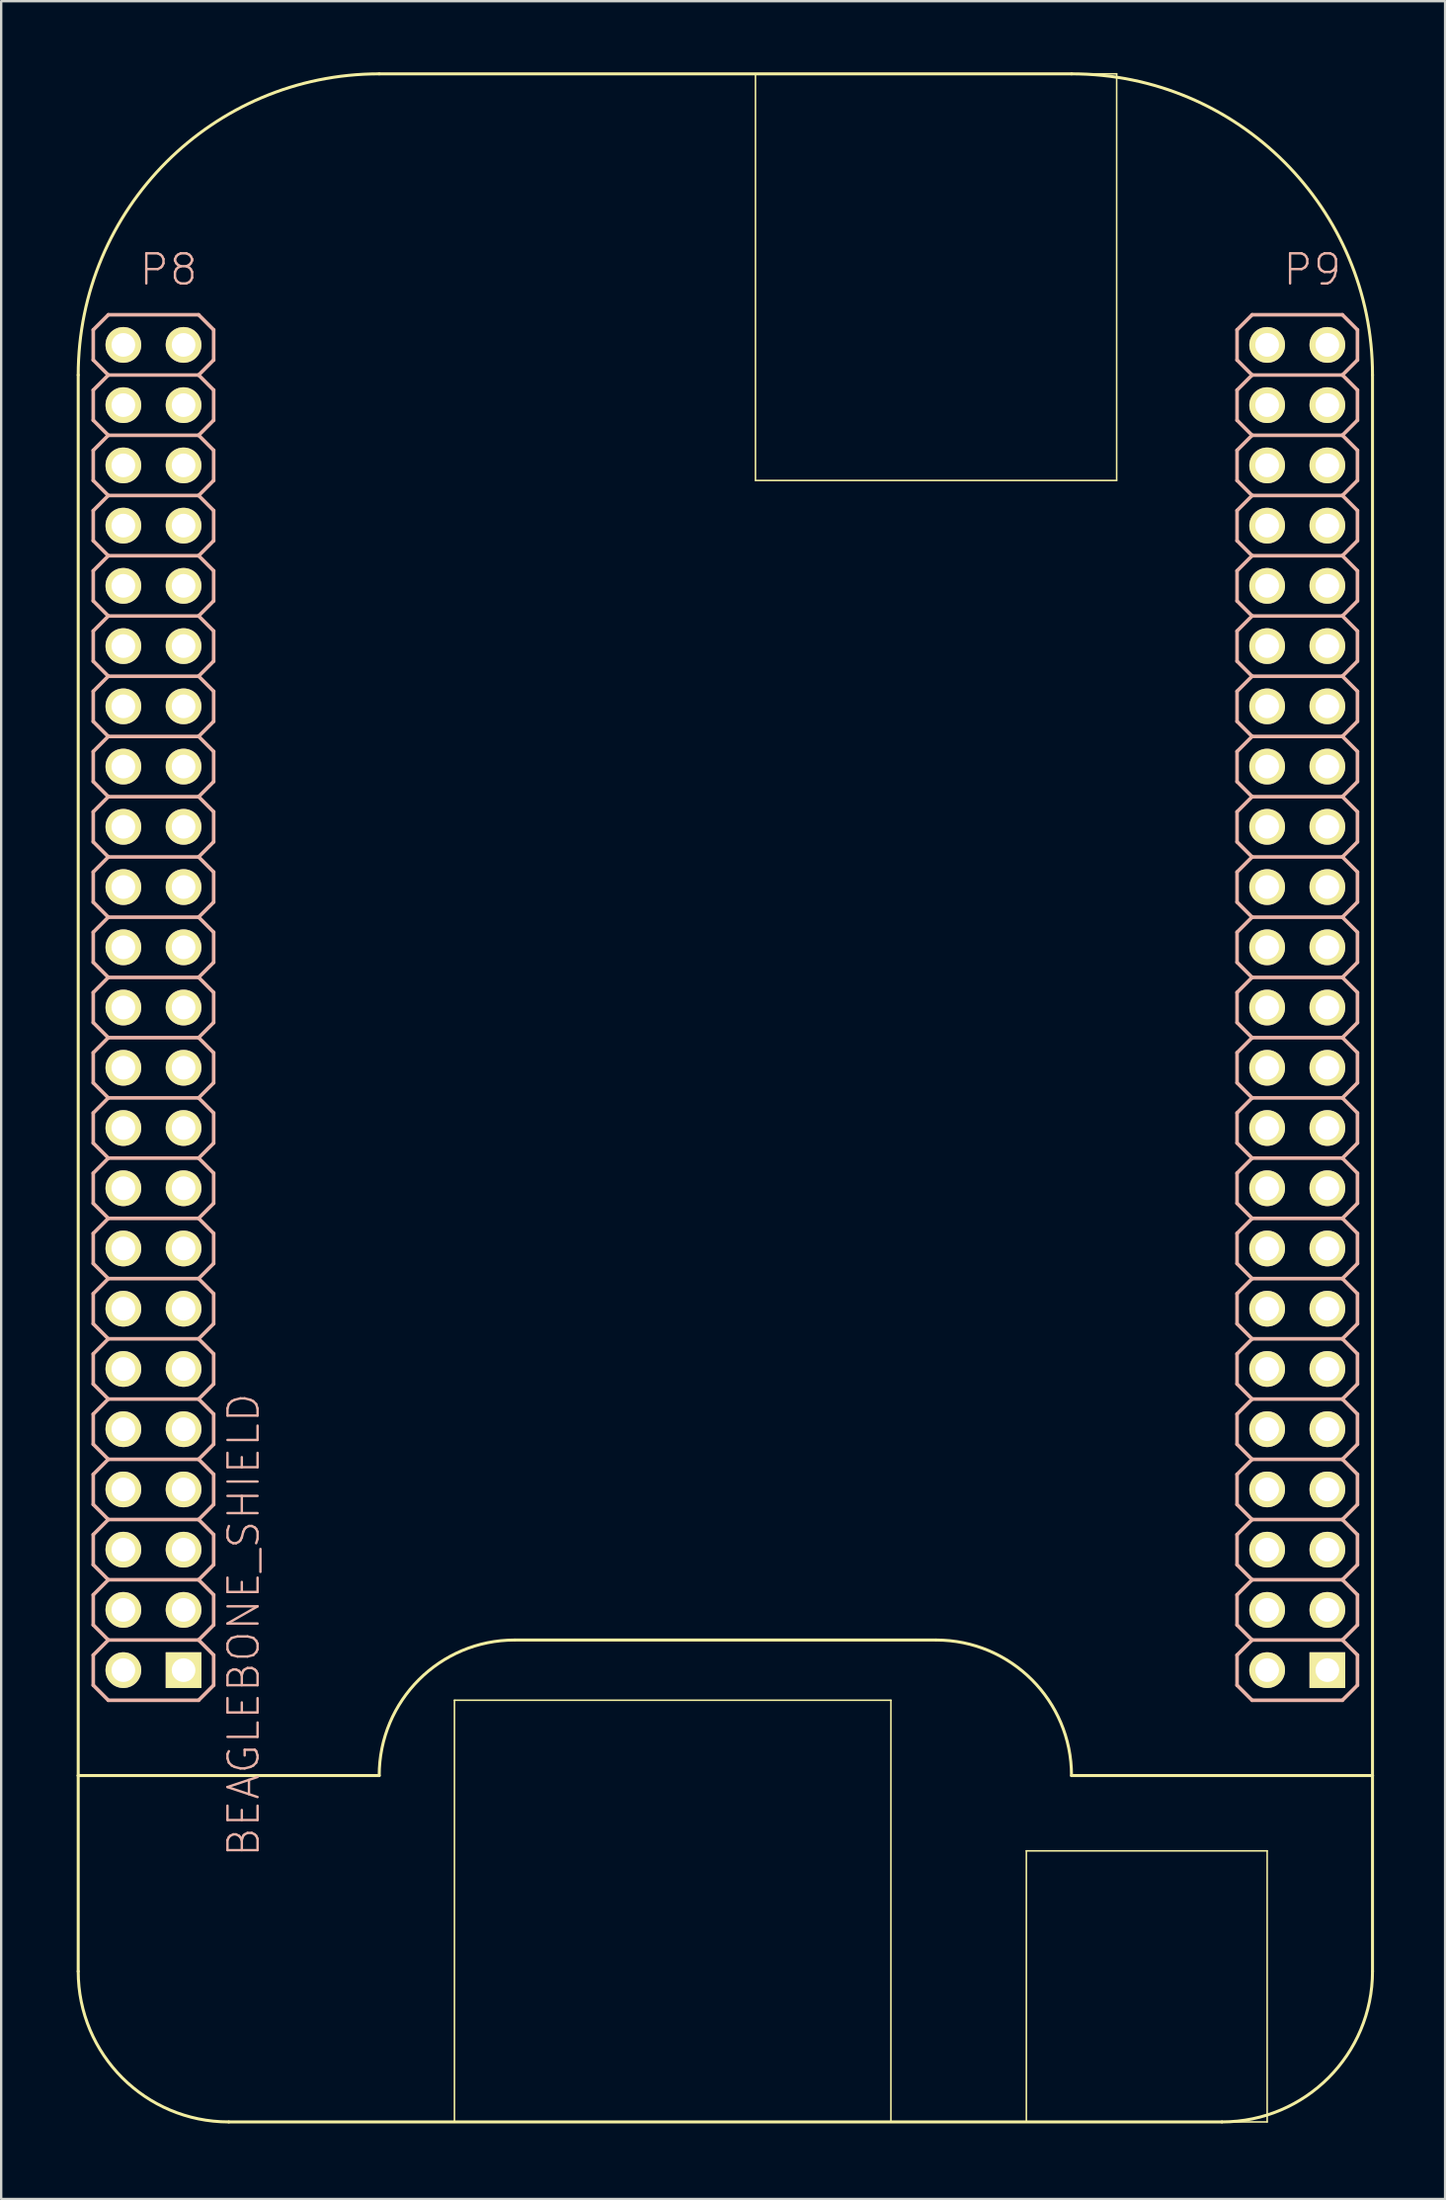
<source format=kicad_pcb>
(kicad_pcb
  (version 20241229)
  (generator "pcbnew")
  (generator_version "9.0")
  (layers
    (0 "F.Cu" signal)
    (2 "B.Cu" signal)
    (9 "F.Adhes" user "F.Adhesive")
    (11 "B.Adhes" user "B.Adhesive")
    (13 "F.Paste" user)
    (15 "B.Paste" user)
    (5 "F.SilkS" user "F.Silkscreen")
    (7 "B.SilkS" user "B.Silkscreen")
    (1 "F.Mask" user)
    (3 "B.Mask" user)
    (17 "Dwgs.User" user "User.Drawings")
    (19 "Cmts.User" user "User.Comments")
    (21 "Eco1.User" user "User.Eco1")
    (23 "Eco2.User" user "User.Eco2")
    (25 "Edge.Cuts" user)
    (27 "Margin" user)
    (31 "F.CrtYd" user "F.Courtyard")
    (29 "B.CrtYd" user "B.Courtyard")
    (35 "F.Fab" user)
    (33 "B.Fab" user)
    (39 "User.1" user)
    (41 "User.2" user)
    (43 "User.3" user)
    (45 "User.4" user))
  (footprint "BEAGLEBONE_SHIELD"
    (layer "F.Cu")
    (at 0.25 86.424)
    (property "Reference" "BEAGLEBONE_SHIELD" (at 6.985 -20.955 90) (layer "B.SilkS") (effects (font (size 1.27 1.27) (thickness 0.102))))
    (attr exclude_from_pos_files exclude_from_bom)
    (fp_line (start 0 -73.66) (end 0 -14.605) (stroke (width 0.127) (type solid)) (layer "F.SilkS"))
    (fp_line (start 0 -14.605) (end 0 -6.35) (stroke (width 0.127) (type solid)) (layer "F.SilkS"))
    (fp_line (start 0 -14.605) (end 12.7 -14.605) (stroke (width 0.127) (type solid)) (layer "F.SilkS"))
    (fp_line (start 1.651 -75.184) (end 2.159 -75.184) (stroke (width 0.066) (type solid)) (layer "F.SilkS"))
    (fp_line (start 1.651 -74.676) (end 1.651 -75.184) (stroke (width 0.066) (type solid)) (layer "F.SilkS"))
    (fp_line (start 1.651 -74.676) (end 2.159 -74.676) (stroke (width 0.066) (type solid)) (layer "F.SilkS"))
    (fp_line (start 1.651 -72.644) (end 2.159 -72.644) (stroke (width 0.066) (type solid)) (layer "F.SilkS"))
    (fp_line (start 1.651 -72.136) (end 1.651 -72.644) (stroke (width 0.066) (type solid)) (layer "F.SilkS"))
    (fp_line (start 1.651 -72.136) (end 2.159 -72.136) (stroke (width 0.066) (type solid)) (layer "F.SilkS"))
    (fp_line (start 1.651 -70.101) (end 2.159 -70.101) (stroke (width 0.066) (type solid)) (layer "F.SilkS"))
    (fp_line (start 1.651 -69.596) (end 1.651 -70.101) (stroke (width 0.066) (type solid)) (layer "F.SilkS"))
    (fp_line (start 1.651 -69.596) (end 2.159 -69.596) (stroke (width 0.066) (type solid)) (layer "F.SilkS"))
    (fp_line (start 1.651 -67.564) (end 2.159 -67.564) (stroke (width 0.066) (type solid)) (layer "F.SilkS"))
    (fp_line (start 1.651 -67.056) (end 1.651 -67.564) (stroke (width 0.066) (type solid)) (layer "F.SilkS"))
    (fp_line (start 1.651 -67.056) (end 2.159 -67.056) (stroke (width 0.066) (type solid)) (layer "F.SilkS"))
    (fp_line (start 1.651 -65.024) (end 2.159 -65.024) (stroke (width 0.066) (type solid)) (layer "F.SilkS"))
    (fp_line (start 1.651 -64.516) (end 1.651 -65.024) (stroke (width 0.066) (type solid)) (layer "F.SilkS"))
    (fp_line (start 1.651 -64.516) (end 2.159 -64.516) (stroke (width 0.066) (type solid)) (layer "F.SilkS"))
    (fp_line (start 1.651 -62.484) (end 2.159 -62.484) (stroke (width 0.066) (type solid)) (layer "F.SilkS"))
    (fp_line (start 1.651 -61.976) (end 1.651 -62.484) (stroke (width 0.066) (type solid)) (layer "F.SilkS"))
    (fp_line (start 1.651 -61.976) (end 2.159 -61.976) (stroke (width 0.066) (type solid)) (layer "F.SilkS"))
    (fp_line (start 1.651 -59.944) (end 2.159 -59.944) (stroke (width 0.066) (type solid)) (layer "F.SilkS"))
    (fp_line (start 1.651 -59.436) (end 1.651 -59.944) (stroke (width 0.066) (type solid)) (layer "F.SilkS"))
    (fp_line (start 1.651 -59.436) (end 2.159 -59.436) (stroke (width 0.066) (type solid)) (layer "F.SilkS"))
    (fp_line (start 1.651 -57.401) (end 2.159 -57.401) (stroke (width 0.066) (type solid)) (layer "F.SilkS"))
    (fp_line (start 1.651 -56.896) (end 1.651 -57.401) (stroke (width 0.066) (type solid)) (layer "F.SilkS"))
    (fp_line (start 1.651 -56.896) (end 2.159 -56.896) (stroke (width 0.066) (type solid)) (layer "F.SilkS"))
    (fp_line (start 1.651 -54.864) (end 2.159 -54.864) (stroke (width 0.066) (type solid)) (layer "F.SilkS"))
    (fp_line (start 1.651 -54.356) (end 1.651 -54.864) (stroke (width 0.066) (type solid)) (layer "F.SilkS"))
    (fp_line (start 1.651 -54.356) (end 2.159 -54.356) (stroke (width 0.066) (type solid)) (layer "F.SilkS"))
    (fp_line (start 1.651 -52.324) (end 2.159 -52.324) (stroke (width 0.066) (type solid)) (layer "F.SilkS"))
    (fp_line (start 1.651 -51.816) (end 1.651 -52.324) (stroke (width 0.066) (type solid)) (layer "F.SilkS"))
    (fp_line (start 1.651 -51.816) (end 2.159 -51.816) (stroke (width 0.066) (type solid)) (layer "F.SilkS"))
    (fp_line (start 1.651 -49.784) (end 2.159 -49.784) (stroke (width 0.066) (type solid)) (layer "F.SilkS"))
    (fp_line (start 1.651 -49.276) (end 1.651 -49.784) (stroke (width 0.066) (type solid)) (layer "F.SilkS"))
    (fp_line (start 1.651 -49.276) (end 2.159 -49.276) (stroke (width 0.066) (type solid)) (layer "F.SilkS"))
    (fp_line (start 1.651 -47.244) (end 2.159 -47.244) (stroke (width 0.066) (type solid)) (layer "F.SilkS"))
    (fp_line (start 1.651 -46.736) (end 1.651 -47.244) (stroke (width 0.066) (type solid)) (layer "F.SilkS"))
    (fp_line (start 1.651 -46.736) (end 2.159 -46.736) (stroke (width 0.066) (type solid)) (layer "F.SilkS"))
    (fp_line (start 1.651 -44.704) (end 2.159 -44.704) (stroke (width 0.066) (type solid)) (layer "F.SilkS"))
    (fp_line (start 1.651 -44.196) (end 1.651 -44.704) (stroke (width 0.066) (type solid)) (layer "F.SilkS"))
    (fp_line (start 1.651 -44.196) (end 2.159 -44.196) (stroke (width 0.066) (type solid)) (layer "F.SilkS"))
    (fp_line (start 1.651 -42.164) (end 2.159 -42.164) (stroke (width 0.066) (type solid)) (layer "F.SilkS"))
    (fp_line (start 1.651 -41.656) (end 1.651 -42.164) (stroke (width 0.066) (type solid)) (layer "F.SilkS"))
    (fp_line (start 1.651 -41.656) (end 2.159 -41.656) (stroke (width 0.066) (type solid)) (layer "F.SilkS"))
    (fp_line (start 1.651 -39.624) (end 2.159 -39.624) (stroke (width 0.066) (type solid)) (layer "F.SilkS"))
    (fp_line (start 1.651 -39.116) (end 1.651 -39.624) (stroke (width 0.066) (type solid)) (layer "F.SilkS"))
    (fp_line (start 1.651 -39.116) (end 2.159 -39.116) (stroke (width 0.066) (type solid)) (layer "F.SilkS"))
    (fp_line (start 1.651 -37.084) (end 2.159 -37.084) (stroke (width 0.066) (type solid)) (layer "F.SilkS"))
    (fp_line (start 1.651 -36.576) (end 1.651 -37.084) (stroke (width 0.066) (type solid)) (layer "F.SilkS"))
    (fp_line (start 1.651 -36.576) (end 2.159 -36.576) (stroke (width 0.066) (type solid)) (layer "F.SilkS"))
    (fp_line (start 1.651 -34.544) (end 2.159 -34.544) (stroke (width 0.066) (type solid)) (layer "F.SilkS"))
    (fp_line (start 1.651 -34.036) (end 1.651 -34.544) (stroke (width 0.066) (type solid)) (layer "F.SilkS"))
    (fp_line (start 1.651 -34.036) (end 2.159 -34.036) (stroke (width 0.066) (type solid)) (layer "F.SilkS"))
    (fp_line (start 1.651 -32.004) (end 2.159 -32.004) (stroke (width 0.066) (type solid)) (layer "F.SilkS"))
    (fp_line (start 1.651 -31.496) (end 1.651 -32.004) (stroke (width 0.066) (type solid)) (layer "F.SilkS"))
    (fp_line (start 1.651 -31.496) (end 2.159 -31.496) (stroke (width 0.066) (type solid)) (layer "F.SilkS"))
    (fp_line (start 1.651 -29.464) (end 2.159 -29.464) (stroke (width 0.066) (type solid)) (layer "F.SilkS"))
    (fp_line (start 1.651 -28.953) (end 1.651 -29.464) (stroke (width 0.066) (type solid)) (layer "F.SilkS"))
    (fp_line (start 1.651 -28.953) (end 2.159 -28.953) (stroke (width 0.066) (type solid)) (layer "F.SilkS"))
    (fp_line (start 1.651 -26.924) (end 2.159 -26.924) (stroke (width 0.066) (type solid)) (layer "F.SilkS"))
    (fp_line (start 1.651 -26.416) (end 1.651 -26.924) (stroke (width 0.066) (type solid)) (layer "F.SilkS"))
    (fp_line (start 1.651 -26.416) (end 2.159 -26.416) (stroke (width 0.066) (type solid)) (layer "F.SilkS"))
    (fp_line (start 1.651 -24.384) (end 2.159 -24.384) (stroke (width 0.066) (type solid)) (layer "F.SilkS"))
    (fp_line (start 1.651 -23.876) (end 1.651 -24.384) (stroke (width 0.066) (type solid)) (layer "F.SilkS"))
    (fp_line (start 1.651 -23.876) (end 2.159 -23.876) (stroke (width 0.066) (type solid)) (layer "F.SilkS"))
    (fp_line (start 1.651 -21.844) (end 2.159 -21.844) (stroke (width 0.066) (type solid)) (layer "F.SilkS"))
    (fp_line (start 1.651 -21.336) (end 1.651 -21.844) (stroke (width 0.066) (type solid)) (layer "F.SilkS"))
    (fp_line (start 1.651 -21.336) (end 2.159 -21.336) (stroke (width 0.066) (type solid)) (layer "F.SilkS"))
    (fp_line (start 1.651 -19.304) (end 2.159 -19.304) (stroke (width 0.066) (type solid)) (layer "F.SilkS"))
    (fp_line (start 1.651 -18.796) (end 1.651 -19.304) (stroke (width 0.066) (type solid)) (layer "F.SilkS"))
    (fp_line (start 1.651 -18.796) (end 2.159 -18.796) (stroke (width 0.066) (type solid)) (layer "F.SilkS"))
    (fp_line (start 2.159 -74.676) (end 2.159 -75.184) (stroke (width 0.066) (type solid)) (layer "F.SilkS"))
    (fp_line (start 2.159 -72.136) (end 2.159 -72.644) (stroke (width 0.066) (type solid)) (layer "F.SilkS"))
    (fp_line (start 2.159 -69.596) (end 2.159 -70.101) (stroke (width 0.066) (type solid)) (layer "F.SilkS"))
    (fp_line (start 2.159 -67.056) (end 2.159 -67.564) (stroke (width 0.066) (type solid)) (layer "F.SilkS"))
    (fp_line (start 2.159 -64.516) (end 2.159 -65.024) (stroke (width 0.066) (type solid)) (layer "F.SilkS"))
    (fp_line (start 2.159 -61.976) (end 2.159 -62.484) (stroke (width 0.066) (type solid)) (layer "F.SilkS"))
    (fp_line (start 2.159 -59.436) (end 2.159 -59.944) (stroke (width 0.066) (type solid)) (layer "F.SilkS"))
    (fp_line (start 2.159 -56.896) (end 2.159 -57.401) (stroke (width 0.066) (type solid)) (layer "F.SilkS"))
    (fp_line (start 2.159 -54.356) (end 2.159 -54.864) (stroke (width 0.066) (type solid)) (layer "F.SilkS"))
    (fp_line (start 2.159 -51.816) (end 2.159 -52.324) (stroke (width 0.066) (type solid)) (layer "F.SilkS"))
    (fp_line (start 2.159 -49.276) (end 2.159 -49.784) (stroke (width 0.066) (type solid)) (layer "F.SilkS"))
    (fp_line (start 2.159 -46.736) (end 2.159 -47.244) (stroke (width 0.066) (type solid)) (layer "F.SilkS"))
    (fp_line (start 2.159 -44.196) (end 2.159 -44.704) (stroke (width 0.066) (type solid)) (layer "F.SilkS"))
    (fp_line (start 2.159 -41.656) (end 2.159 -42.164) (stroke (width 0.066) (type solid)) (layer "F.SilkS"))
    (fp_line (start 2.159 -39.116) (end 2.159 -39.624) (stroke (width 0.066) (type solid)) (layer "F.SilkS"))
    (fp_line (start 2.159 -36.576) (end 2.159 -37.084) (stroke (width 0.066) (type solid)) (layer "F.SilkS"))
    (fp_line (start 2.159 -34.036) (end 2.159 -34.544) (stroke (width 0.066) (type solid)) (layer "F.SilkS"))
    (fp_line (start 2.159 -31.496) (end 2.159 -32.004) (stroke (width 0.066) (type solid)) (layer "F.SilkS"))
    (fp_line (start 2.159 -28.953) (end 2.159 -29.464) (stroke (width 0.066) (type solid)) (layer "F.SilkS"))
    (fp_line (start 2.159 -26.416) (end 2.159 -26.924) (stroke (width 0.066) (type solid)) (layer "F.SilkS"))
    (fp_line (start 2.159 -23.876) (end 2.159 -24.384) (stroke (width 0.066) (type solid)) (layer "F.SilkS"))
    (fp_line (start 2.159 -21.336) (end 2.159 -21.844) (stroke (width 0.066) (type solid)) (layer "F.SilkS"))
    (fp_line (start 2.159 -18.796) (end 2.159 -19.304) (stroke (width 0.066) (type solid)) (layer "F.SilkS"))
    (fp_line (start 4.191 -75.184) (end 4.699 -75.184) (stroke (width 0.066) (type solid)) (layer "F.SilkS"))
    (fp_line (start 4.191 -74.676) (end 4.191 -75.184) (stroke (width 0.066) (type solid)) (layer "F.SilkS"))
    (fp_line (start 4.191 -74.676) (end 4.699 -74.676) (stroke (width 0.066) (type solid)) (layer "F.SilkS"))
    (fp_line (start 4.191 -72.644) (end 4.699 -72.644) (stroke (width 0.066) (type solid)) (layer "F.SilkS"))
    (fp_line (start 4.191 -72.136) (end 4.191 -72.644) (stroke (width 0.066) (type solid)) (layer "F.SilkS"))
    (fp_line (start 4.191 -72.136) (end 4.699 -72.136) (stroke (width 0.066) (type solid)) (layer "F.SilkS"))
    (fp_line (start 4.191 -70.101) (end 4.699 -70.101) (stroke (width 0.066) (type solid)) (layer "F.SilkS"))
    (fp_line (start 4.191 -69.596) (end 4.191 -70.101) (stroke (width 0.066) (type solid)) (layer "F.SilkS"))
    (fp_line (start 4.191 -69.596) (end 4.699 -69.596) (stroke (width 0.066) (type solid)) (layer "F.SilkS"))
    (fp_line (start 4.191 -67.564) (end 4.699 -67.564) (stroke (width 0.066) (type solid)) (layer "F.SilkS"))
    (fp_line (start 4.191 -67.056) (end 4.191 -67.564) (stroke (width 0.066) (type solid)) (layer "F.SilkS"))
    (fp_line (start 4.191 -67.056) (end 4.699 -67.056) (stroke (width 0.066) (type solid)) (layer "F.SilkS"))
    (fp_line (start 4.191 -65.024) (end 4.699 -65.024) (stroke (width 0.066) (type solid)) (layer "F.SilkS"))
    (fp_line (start 4.191 -64.516) (end 4.191 -65.024) (stroke (width 0.066) (type solid)) (layer "F.SilkS"))
    (fp_line (start 4.191 -64.516) (end 4.699 -64.516) (stroke (width 0.066) (type solid)) (layer "F.SilkS"))
    (fp_line (start 4.191 -62.484) (end 4.699 -62.484) (stroke (width 0.066) (type solid)) (layer "F.SilkS"))
    (fp_line (start 4.191 -61.976) (end 4.191 -62.484) (stroke (width 0.066) (type solid)) (layer "F.SilkS"))
    (fp_line (start 4.191 -61.976) (end 4.699 -61.976) (stroke (width 0.066) (type solid)) (layer "F.SilkS"))
    (fp_line (start 4.191 -59.944) (end 4.699 -59.944) (stroke (width 0.066) (type solid)) (layer "F.SilkS"))
    (fp_line (start 4.191 -59.436) (end 4.191 -59.944) (stroke (width 0.066) (type solid)) (layer "F.SilkS"))
    (fp_line (start 4.191 -59.436) (end 4.699 -59.436) (stroke (width 0.066) (type solid)) (layer "F.SilkS"))
    (fp_line (start 4.191 -57.401) (end 4.699 -57.401) (stroke (width 0.066) (type solid)) (layer "F.SilkS"))
    (fp_line (start 4.191 -56.896) (end 4.191 -57.401) (stroke (width 0.066) (type solid)) (layer "F.SilkS"))
    (fp_line (start 4.191 -56.896) (end 4.699 -56.896) (stroke (width 0.066) (type solid)) (layer "F.SilkS"))
    (fp_line (start 4.191 -54.864) (end 4.699 -54.864) (stroke (width 0.066) (type solid)) (layer "F.SilkS"))
    (fp_line (start 4.191 -54.356) (end 4.191 -54.864) (stroke (width 0.066) (type solid)) (layer "F.SilkS"))
    (fp_line (start 4.191 -54.356) (end 4.699 -54.356) (stroke (width 0.066) (type solid)) (layer "F.SilkS"))
    (fp_line (start 4.191 -52.324) (end 4.699 -52.324) (stroke (width 0.066) (type solid)) (layer "F.SilkS"))
    (fp_line (start 4.191 -51.816) (end 4.191 -52.324) (stroke (width 0.066) (type solid)) (layer "F.SilkS"))
    (fp_line (start 4.191 -51.816) (end 4.699 -51.816) (stroke (width 0.066) (type solid)) (layer "F.SilkS"))
    (fp_line (start 4.191 -49.784) (end 4.699 -49.784) (stroke (width 0.066) (type solid)) (layer "F.SilkS"))
    (fp_line (start 4.191 -49.276) (end 4.191 -49.784) (stroke (width 0.066) (type solid)) (layer "F.SilkS"))
    (fp_line (start 4.191 -49.276) (end 4.699 -49.276) (stroke (width 0.066) (type solid)) (layer "F.SilkS"))
    (fp_line (start 4.191 -47.244) (end 4.699 -47.244) (stroke (width 0.066) (type solid)) (layer "F.SilkS"))
    (fp_line (start 4.191 -46.736) (end 4.191 -47.244) (stroke (width 0.066) (type solid)) (layer "F.SilkS"))
    (fp_line (start 4.191 -46.736) (end 4.699 -46.736) (stroke (width 0.066) (type solid)) (layer "F.SilkS"))
    (fp_line (start 4.191 -44.704) (end 4.699 -44.704) (stroke (width 0.066) (type solid)) (layer "F.SilkS"))
    (fp_line (start 4.191 -44.196) (end 4.191 -44.704) (stroke (width 0.066) (type solid)) (layer "F.SilkS"))
    (fp_line (start 4.191 -44.196) (end 4.699 -44.196) (stroke (width 0.066) (type solid)) (layer "F.SilkS"))
    (fp_line (start 4.191 -42.164) (end 4.699 -42.164) (stroke (width 0.066) (type solid)) (layer "F.SilkS"))
    (fp_line (start 4.191 -41.656) (end 4.191 -42.164) (stroke (width 0.066) (type solid)) (layer "F.SilkS"))
    (fp_line (start 4.191 -41.656) (end 4.699 -41.656) (stroke (width 0.066) (type solid)) (layer "F.SilkS"))
    (fp_line (start 4.191 -39.624) (end 4.699 -39.624) (stroke (width 0.066) (type solid)) (layer "F.SilkS"))
    (fp_line (start 4.191 -39.116) (end 4.191 -39.624) (stroke (width 0.066) (type solid)) (layer "F.SilkS"))
    (fp_line (start 4.191 -39.116) (end 4.699 -39.116) (stroke (width 0.066) (type solid)) (layer "F.SilkS"))
    (fp_line (start 4.191 -37.084) (end 4.699 -37.084) (stroke (width 0.066) (type solid)) (layer "F.SilkS"))
    (fp_line (start 4.191 -36.576) (end 4.191 -37.084) (stroke (width 0.066) (type solid)) (layer "F.SilkS"))
    (fp_line (start 4.191 -36.576) (end 4.699 -36.576) (stroke (width 0.066) (type solid)) (layer "F.SilkS"))
    (fp_line (start 4.191 -34.544) (end 4.699 -34.544) (stroke (width 0.066) (type solid)) (layer "F.SilkS"))
    (fp_line (start 4.191 -34.036) (end 4.191 -34.544) (stroke (width 0.066) (type solid)) (layer "F.SilkS"))
    (fp_line (start 4.191 -34.036) (end 4.699 -34.036) (stroke (width 0.066) (type solid)) (layer "F.SilkS"))
    (fp_line (start 4.191 -32.004) (end 4.699 -32.004) (stroke (width 0.066) (type solid)) (layer "F.SilkS"))
    (fp_line (start 4.191 -31.496) (end 4.191 -32.004) (stroke (width 0.066) (type solid)) (layer "F.SilkS"))
    (fp_line (start 4.191 -31.496) (end 4.699 -31.496) (stroke (width 0.066) (type solid)) (layer "F.SilkS"))
    (fp_line (start 4.191 -29.464) (end 4.699 -29.464) (stroke (width 0.066) (type solid)) (layer "F.SilkS"))
    (fp_line (start 4.191 -28.953) (end 4.191 -29.464) (stroke (width 0.066) (type solid)) (layer "F.SilkS"))
    (fp_line (start 4.191 -28.953) (end 4.699 -28.953) (stroke (width 0.066) (type solid)) (layer "F.SilkS"))
    (fp_line (start 4.191 -26.924) (end 4.699 -26.924) (stroke (width 0.066) (type solid)) (layer "F.SilkS"))
    (fp_line (start 4.191 -26.416) (end 4.191 -26.924) (stroke (width 0.066) (type solid)) (layer "F.SilkS"))
    (fp_line (start 4.191 -26.416) (end 4.699 -26.416) (stroke (width 0.066) (type solid)) (layer "F.SilkS"))
    (fp_line (start 4.191 -24.384) (end 4.699 -24.384) (stroke (width 0.066) (type solid)) (layer "F.SilkS"))
    (fp_line (start 4.191 -23.876) (end 4.191 -24.384) (stroke (width 0.066) (type solid)) (layer "F.SilkS"))
    (fp_line (start 4.191 -23.876) (end 4.699 -23.876) (stroke (width 0.066) (type solid)) (layer "F.SilkS"))
    (fp_line (start 4.191 -21.844) (end 4.699 -21.844) (stroke (width 0.066) (type solid)) (layer "F.SilkS"))
    (fp_line (start 4.191 -21.336) (end 4.191 -21.844) (stroke (width 0.066) (type solid)) (layer "F.SilkS"))
    (fp_line (start 4.191 -21.336) (end 4.699 -21.336) (stroke (width 0.066) (type solid)) (layer "F.SilkS"))
    (fp_line (start 4.191 -19.304) (end 4.699 -19.304) (stroke (width 0.066) (type solid)) (layer "F.SilkS"))
    (fp_line (start 4.191 -18.796) (end 4.191 -19.304) (stroke (width 0.066) (type solid)) (layer "F.SilkS"))
    (fp_line (start 4.191 -18.796) (end 4.699 -18.796) (stroke (width 0.066) (type solid)) (layer "F.SilkS"))
    (fp_line (start 4.699 -74.676) (end 4.699 -75.184) (stroke (width 0.066) (type solid)) (layer "F.SilkS"))
    (fp_line (start 4.699 -72.136) (end 4.699 -72.644) (stroke (width 0.066) (type solid)) (layer "F.SilkS"))
    (fp_line (start 4.699 -69.596) (end 4.699 -70.101) (stroke (width 0.066) (type solid)) (layer "F.SilkS"))
    (fp_line (start 4.699 -67.056) (end 4.699 -67.564) (stroke (width 0.066) (type solid)) (layer "F.SilkS"))
    (fp_line (start 4.699 -64.516) (end 4.699 -65.024) (stroke (width 0.066) (type solid)) (layer "F.SilkS"))
    (fp_line (start 4.699 -61.976) (end 4.699 -62.484) (stroke (width 0.066) (type solid)) (layer "F.SilkS"))
    (fp_line (start 4.699 -59.436) (end 4.699 -59.944) (stroke (width 0.066) (type solid)) (layer "F.SilkS"))
    (fp_line (start 4.699 -56.896) (end 4.699 -57.401) (stroke (width 0.066) (type solid)) (layer "F.SilkS"))
    (fp_line (start 4.699 -54.356) (end 4.699 -54.864) (stroke (width 0.066) (type solid)) (layer "F.SilkS"))
    (fp_line (start 4.699 -51.816) (end 4.699 -52.324) (stroke (width 0.066) (type solid)) (layer "F.SilkS"))
    (fp_line (start 4.699 -49.276) (end 4.699 -49.784) (stroke (width 0.066) (type solid)) (layer "F.SilkS"))
    (fp_line (start 4.699 -46.736) (end 4.699 -47.244) (stroke (width 0.066) (type solid)) (layer "F.SilkS"))
    (fp_line (start 4.699 -44.196) (end 4.699 -44.704) (stroke (width 0.066) (type solid)) (layer "F.SilkS"))
    (fp_line (start 4.699 -41.656) (end 4.699 -42.164) (stroke (width 0.066) (type solid)) (layer "F.SilkS"))
    (fp_line (start 4.699 -39.116) (end 4.699 -39.624) (stroke (width 0.066) (type solid)) (layer "F.SilkS"))
    (fp_line (start 4.699 -36.576) (end 4.699 -37.084) (stroke (width 0.066) (type solid)) (layer "F.SilkS"))
    (fp_line (start 4.699 -34.036) (end 4.699 -34.544) (stroke (width 0.066) (type solid)) (layer "F.SilkS"))
    (fp_line (start 4.699 -31.496) (end 4.699 -32.004) (stroke (width 0.066) (type solid)) (layer "F.SilkS"))
    (fp_line (start 4.699 -28.953) (end 4.699 -29.464) (stroke (width 0.066) (type solid)) (layer "F.SilkS"))
    (fp_line (start 4.699 -26.416) (end 4.699 -26.924) (stroke (width 0.066) (type solid)) (layer "F.SilkS"))
    (fp_line (start 4.699 -23.876) (end 4.699 -24.384) (stroke (width 0.066) (type solid)) (layer "F.SilkS"))
    (fp_line (start 4.699 -21.336) (end 4.699 -21.844) (stroke (width 0.066) (type solid)) (layer "F.SilkS"))
    (fp_line (start 4.699 -18.796) (end 4.699 -19.304) (stroke (width 0.066) (type solid)) (layer "F.SilkS"))
    (fp_line (start 6.35 0) (end 48.26 0) (stroke (width 0.127) (type solid)) (layer "F.SilkS"))
    (fp_line (start 12.7 -86.36) (end 41.91 -86.36) (stroke (width 0.127) (type solid)) (layer "F.SilkS"))
    (fp_line (start 15.875 -17.78) (end 34.29 -17.78) (stroke (width 0.066) (type solid)) (layer "F.SilkS"))
    (fp_line (start 15.875 0) (end 15.875 -17.78) (stroke (width 0.066) (type solid)) (layer "F.SilkS"))
    (fp_line (start 15.875 0) (end 34.29 0) (stroke (width 0.066) (type solid)) (layer "F.SilkS"))
    (fp_line (start 18.415 -20.32) (end 36.195 -20.32) (stroke (width 0.127) (type solid)) (layer "F.SilkS"))
    (fp_line (start 28.575 -86.36) (end 43.815 -86.36) (stroke (width 0.066) (type solid)) (layer "F.SilkS"))
    (fp_line (start 28.575 -69.215) (end 28.575 -86.36) (stroke (width 0.066) (type solid)) (layer "F.SilkS"))
    (fp_line (start 28.575 -69.215) (end 43.815 -69.215) (stroke (width 0.066) (type solid)) (layer "F.SilkS"))
    (fp_line (start 34.29 0) (end 34.29 -17.78) (stroke (width 0.066) (type solid)) (layer "F.SilkS"))
    (fp_line (start 40.005 -11.43) (end 50.165 -11.43) (stroke (width 0.066) (type solid)) (layer "F.SilkS"))
    (fp_line (start 40.005 0) (end 40.005 -11.43) (stroke (width 0.066) (type solid)) (layer "F.SilkS"))
    (fp_line (start 40.005 0) (end 50.165 0) (stroke (width 0.066) (type solid)) (layer "F.SilkS"))
    (fp_line (start 41.91 -14.605) (end 54.61 -14.605) (stroke (width 0.127) (type solid)) (layer "F.SilkS"))
    (fp_line (start 43.815 -69.215) (end 43.815 -86.36) (stroke (width 0.066) (type solid)) (layer "F.SilkS"))
    (fp_line (start 49.911 -75.184) (end 50.419 -75.184) (stroke (width 0.066) (type solid)) (layer "F.SilkS"))
    (fp_line (start 49.911 -74.676) (end 49.911 -75.184) (stroke (width 0.066) (type solid)) (layer "F.SilkS"))
    (fp_line (start 49.911 -74.676) (end 50.419 -74.676) (stroke (width 0.066) (type solid)) (layer "F.SilkS"))
    (fp_line (start 49.911 -72.644) (end 50.419 -72.644) (stroke (width 0.066) (type solid)) (layer "F.SilkS"))
    (fp_line (start 49.911 -72.136) (end 49.911 -72.644) (stroke (width 0.066) (type solid)) (layer "F.SilkS"))
    (fp_line (start 49.911 -72.136) (end 50.419 -72.136) (stroke (width 0.066) (type solid)) (layer "F.SilkS"))
    (fp_line (start 49.911 -70.101) (end 50.419 -70.101) (stroke (width 0.066) (type solid)) (layer "F.SilkS"))
    (fp_line (start 49.911 -69.596) (end 49.911 -70.101) (stroke (width 0.066) (type solid)) (layer "F.SilkS"))
    (fp_line (start 49.911 -69.596) (end 50.419 -69.596) (stroke (width 0.066) (type solid)) (layer "F.SilkS"))
    (fp_line (start 49.911 -67.564) (end 50.419 -67.564) (stroke (width 0.066) (type solid)) (layer "F.SilkS"))
    (fp_line (start 49.911 -67.056) (end 49.911 -67.564) (stroke (width 0.066) (type solid)) (layer "F.SilkS"))
    (fp_line (start 49.911 -67.056) (end 50.419 -67.056) (stroke (width 0.066) (type solid)) (layer "F.SilkS"))
    (fp_line (start 49.911 -65.024) (end 50.419 -65.024) (stroke (width 0.066) (type solid)) (layer "F.SilkS"))
    (fp_line (start 49.911 -64.516) (end 49.911 -65.024) (stroke (width 0.066) (type solid)) (layer "F.SilkS"))
    (fp_line (start 49.911 -64.516) (end 50.419 -64.516) (stroke (width 0.066) (type solid)) (layer "F.SilkS"))
    (fp_line (start 49.911 -62.484) (end 50.419 -62.484) (stroke (width 0.066) (type solid)) (layer "F.SilkS"))
    (fp_line (start 49.911 -61.976) (end 49.911 -62.484) (stroke (width 0.066) (type solid)) (layer "F.SilkS"))
    (fp_line (start 49.911 -61.976) (end 50.419 -61.976) (stroke (width 0.066) (type solid)) (layer "F.SilkS"))
    (fp_line (start 49.911 -59.944) (end 50.419 -59.944) (stroke (width 0.066) (type solid)) (layer "F.SilkS"))
    (fp_line (start 49.911 -59.436) (end 49.911 -59.944) (stroke (width 0.066) (type solid)) (layer "F.SilkS"))
    (fp_line (start 49.911 -59.436) (end 50.419 -59.436) (stroke (width 0.066) (type solid)) (layer "F.SilkS"))
    (fp_line (start 49.911 -57.401) (end 50.419 -57.401) (stroke (width 0.066) (type solid)) (layer "F.SilkS"))
    (fp_line (start 49.911 -56.896) (end 49.911 -57.401) (stroke (width 0.066) (type solid)) (layer "F.SilkS"))
    (fp_line (start 49.911 -56.896) (end 50.419 -56.896) (stroke (width 0.066) (type solid)) (layer "F.SilkS"))
    (fp_line (start 49.911 -54.864) (end 50.419 -54.864) (stroke (width 0.066) (type solid)) (layer "F.SilkS"))
    (fp_line (start 49.911 -54.356) (end 49.911 -54.864) (stroke (width 0.066) (type solid)) (layer "F.SilkS"))
    (fp_line (start 49.911 -54.356) (end 50.419 -54.356) (stroke (width 0.066) (type solid)) (layer "F.SilkS"))
    (fp_line (start 49.911 -52.324) (end 50.419 -52.324) (stroke (width 0.066) (type solid)) (layer "F.SilkS"))
    (fp_line (start 49.911 -51.816) (end 49.911 -52.324) (stroke (width 0.066) (type solid)) (layer "F.SilkS"))
    (fp_line (start 49.911 -51.816) (end 50.419 -51.816) (stroke (width 0.066) (type solid)) (layer "F.SilkS"))
    (fp_line (start 49.911 -49.784) (end 50.419 -49.784) (stroke (width 0.066) (type solid)) (layer "F.SilkS"))
    (fp_line (start 49.911 -49.276) (end 49.911 -49.784) (stroke (width 0.066) (type solid)) (layer "F.SilkS"))
    (fp_line (start 49.911 -49.276) (end 50.419 -49.276) (stroke (width 0.066) (type solid)) (layer "F.SilkS"))
    (fp_line (start 49.911 -47.244) (end 50.419 -47.244) (stroke (width 0.066) (type solid)) (layer "F.SilkS"))
    (fp_line (start 49.911 -46.736) (end 49.911 -47.244) (stroke (width 0.066) (type solid)) (layer "F.SilkS"))
    (fp_line (start 49.911 -46.736) (end 50.419 -46.736) (stroke (width 0.066) (type solid)) (layer "F.SilkS"))
    (fp_line (start 49.911 -44.704) (end 50.419 -44.704) (stroke (width 0.066) (type solid)) (layer "F.SilkS"))
    (fp_line (start 49.911 -44.196) (end 49.911 -44.704) (stroke (width 0.066) (type solid)) (layer "F.SilkS"))
    (fp_line (start 49.911 -44.196) (end 50.419 -44.196) (stroke (width 0.066) (type solid)) (layer "F.SilkS"))
    (fp_line (start 49.911 -42.164) (end 50.419 -42.164) (stroke (width 0.066) (type solid)) (layer "F.SilkS"))
    (fp_line (start 49.911 -41.656) (end 49.911 -42.164) (stroke (width 0.066) (type solid)) (layer "F.SilkS"))
    (fp_line (start 49.911 -41.656) (end 50.419 -41.656) (stroke (width 0.066) (type solid)) (layer "F.SilkS"))
    (fp_line (start 49.911 -39.624) (end 50.419 -39.624) (stroke (width 0.066) (type solid)) (layer "F.SilkS"))
    (fp_line (start 49.911 -39.116) (end 49.911 -39.624) (stroke (width 0.066) (type solid)) (layer "F.SilkS"))
    (fp_line (start 49.911 -39.116) (end 50.419 -39.116) (stroke (width 0.066) (type solid)) (layer "F.SilkS"))
    (fp_line (start 49.911 -37.084) (end 50.419 -37.084) (stroke (width 0.066) (type solid)) (layer "F.SilkS"))
    (fp_line (start 49.911 -36.576) (end 49.911 -37.084) (stroke (width 0.066) (type solid)) (layer "F.SilkS"))
    (fp_line (start 49.911 -36.576) (end 50.419 -36.576) (stroke (width 0.066) (type solid)) (layer "F.SilkS"))
    (fp_line (start 49.911 -34.544) (end 50.419 -34.544) (stroke (width 0.066) (type solid)) (layer "F.SilkS"))
    (fp_line (start 49.911 -34.036) (end 49.911 -34.544) (stroke (width 0.066) (type solid)) (layer "F.SilkS"))
    (fp_line (start 49.911 -34.036) (end 50.419 -34.036) (stroke (width 0.066) (type solid)) (layer "F.SilkS"))
    (fp_line (start 49.911 -32.004) (end 50.419 -32.004) (stroke (width 0.066) (type solid)) (layer "F.SilkS"))
    (fp_line (start 49.911 -31.496) (end 49.911 -32.004) (stroke (width 0.066) (type solid)) (layer "F.SilkS"))
    (fp_line (start 49.911 -31.496) (end 50.419 -31.496) (stroke (width 0.066) (type solid)) (layer "F.SilkS"))
    (fp_line (start 49.911 -29.464) (end 50.419 -29.464) (stroke (width 0.066) (type solid)) (layer "F.SilkS"))
    (fp_line (start 49.911 -28.953) (end 49.911 -29.464) (stroke (width 0.066) (type solid)) (layer "F.SilkS"))
    (fp_line (start 49.911 -28.953) (end 50.419 -28.953) (stroke (width 0.066) (type solid)) (layer "F.SilkS"))
    (fp_line (start 49.911 -26.924) (end 50.419 -26.924) (stroke (width 0.066) (type solid)) (layer "F.SilkS"))
    (fp_line (start 49.911 -26.416) (end 49.911 -26.924) (stroke (width 0.066) (type solid)) (layer "F.SilkS"))
    (fp_line (start 49.911 -26.416) (end 50.419 -26.416) (stroke (width 0.066) (type solid)) (layer "F.SilkS"))
    (fp_line (start 49.911 -24.384) (end 50.419 -24.384) (stroke (width 0.066) (type solid)) (layer "F.SilkS"))
    (fp_line (start 49.911 -23.876) (end 49.911 -24.384) (stroke (width 0.066) (type solid)) (layer "F.SilkS"))
    (fp_line (start 49.911 -23.876) (end 50.419 -23.876) (stroke (width 0.066) (type solid)) (layer "F.SilkS"))
    (fp_line (start 49.911 -21.844) (end 50.419 -21.844) (stroke (width 0.066) (type solid)) (layer "F.SilkS"))
    (fp_line (start 49.911 -21.336) (end 49.911 -21.844) (stroke (width 0.066) (type solid)) (layer "F.SilkS"))
    (fp_line (start 49.911 -21.336) (end 50.419 -21.336) (stroke (width 0.066) (type solid)) (layer "F.SilkS"))
    (fp_line (start 49.911 -19.304) (end 50.419 -19.304) (stroke (width 0.066) (type solid)) (layer "F.SilkS"))
    (fp_line (start 49.911 -18.796) (end 49.911 -19.304) (stroke (width 0.066) (type solid)) (layer "F.SilkS"))
    (fp_line (start 49.911 -18.796) (end 50.419 -18.796) (stroke (width 0.066) (type solid)) (layer "F.SilkS"))
    (fp_line (start 50.165 0) (end 50.165 -11.43) (stroke (width 0.066) (type solid)) (layer "F.SilkS"))
    (fp_line (start 50.419 -74.676) (end 50.419 -75.184) (stroke (width 0.066) (type solid)) (layer "F.SilkS"))
    (fp_line (start 50.419 -72.136) (end 50.419 -72.644) (stroke (width 0.066) (type solid)) (layer "F.SilkS"))
    (fp_line (start 50.419 -69.596) (end 50.419 -70.101) (stroke (width 0.066) (type solid)) (layer "F.SilkS"))
    (fp_line (start 50.419 -67.056) (end 50.419 -67.564) (stroke (width 0.066) (type solid)) (layer "F.SilkS"))
    (fp_line (start 50.419 -64.516) (end 50.419 -65.024) (stroke (width 0.066) (type solid)) (layer "F.SilkS"))
    (fp_line (start 50.419 -61.976) (end 50.419 -62.484) (stroke (width 0.066) (type solid)) (layer "F.SilkS"))
    (fp_line (start 50.419 -59.436) (end 50.419 -59.944) (stroke (width 0.066) (type solid)) (layer "F.SilkS"))
    (fp_line (start 50.419 -56.896) (end 50.419 -57.401) (stroke (width 0.066) (type solid)) (layer "F.SilkS"))
    (fp_line (start 50.419 -54.356) (end 50.419 -54.864) (stroke (width 0.066) (type solid)) (layer "F.SilkS"))
    (fp_line (start 50.419 -51.816) (end 50.419 -52.324) (stroke (width 0.066) (type solid)) (layer "F.SilkS"))
    (fp_line (start 50.419 -49.276) (end 50.419 -49.784) (stroke (width 0.066) (type solid)) (layer "F.SilkS"))
    (fp_line (start 50.419 -46.736) (end 50.419 -47.244) (stroke (width 0.066) (type solid)) (layer "F.SilkS"))
    (fp_line (start 50.419 -44.196) (end 50.419 -44.704) (stroke (width 0.066) (type solid)) (layer "F.SilkS"))
    (fp_line (start 50.419 -41.656) (end 50.419 -42.164) (stroke (width 0.066) (type solid)) (layer "F.SilkS"))
    (fp_line (start 50.419 -39.116) (end 50.419 -39.624) (stroke (width 0.066) (type solid)) (layer "F.SilkS"))
    (fp_line (start 50.419 -36.576) (end 50.419 -37.084) (stroke (width 0.066) (type solid)) (layer "F.SilkS"))
    (fp_line (start 50.419 -34.036) (end 50.419 -34.544) (stroke (width 0.066) (type solid)) (layer "F.SilkS"))
    (fp_line (start 50.419 -31.496) (end 50.419 -32.004) (stroke (width 0.066) (type solid)) (layer "F.SilkS"))
    (fp_line (start 50.419 -28.953) (end 50.419 -29.464) (stroke (width 0.066) (type solid)) (layer "F.SilkS"))
    (fp_line (start 50.419 -26.416) (end 50.419 -26.924) (stroke (width 0.066) (type solid)) (layer "F.SilkS"))
    (fp_line (start 50.419 -23.876) (end 50.419 -24.384) (stroke (width 0.066) (type solid)) (layer "F.SilkS"))
    (fp_line (start 50.419 -21.336) (end 50.419 -21.844) (stroke (width 0.066) (type solid)) (layer "F.SilkS"))
    (fp_line (start 50.419 -18.796) (end 50.419 -19.304) (stroke (width 0.066) (type solid)) (layer "F.SilkS"))
    (fp_line (start 52.451 -75.184) (end 52.959 -75.184) (stroke (width 0.066) (type solid)) (layer "F.SilkS"))
    (fp_line (start 52.451 -74.676) (end 52.451 -75.184) (stroke (width 0.066) (type solid)) (layer "F.SilkS"))
    (fp_line (start 52.451 -74.676) (end 52.959 -74.676) (stroke (width 0.066) (type solid)) (layer "F.SilkS"))
    (fp_line (start 52.451 -72.644) (end 52.959 -72.644) (stroke (width 0.066) (type solid)) (layer "F.SilkS"))
    (fp_line (start 52.451 -72.136) (end 52.451 -72.644) (stroke (width 0.066) (type solid)) (layer "F.SilkS"))
    (fp_line (start 52.451 -72.136) (end 52.959 -72.136) (stroke (width 0.066) (type solid)) (layer "F.SilkS"))
    (fp_line (start 52.451 -70.101) (end 52.959 -70.101) (stroke (width 0.066) (type solid)) (layer "F.SilkS"))
    (fp_line (start 52.451 -69.596) (end 52.451 -70.101) (stroke (width 0.066) (type solid)) (layer "F.SilkS"))
    (fp_line (start 52.451 -69.596) (end 52.959 -69.596) (stroke (width 0.066) (type solid)) (layer "F.SilkS"))
    (fp_line (start 52.451 -67.564) (end 52.959 -67.564) (stroke (width 0.066) (type solid)) (layer "F.SilkS"))
    (fp_line (start 52.451 -67.056) (end 52.451 -67.564) (stroke (width 0.066) (type solid)) (layer "F.SilkS"))
    (fp_line (start 52.451 -67.056) (end 52.959 -67.056) (stroke (width 0.066) (type solid)) (layer "F.SilkS"))
    (fp_line (start 52.451 -65.024) (end 52.959 -65.024) (stroke (width 0.066) (type solid)) (layer "F.SilkS"))
    (fp_line (start 52.451 -64.516) (end 52.451 -65.024) (stroke (width 0.066) (type solid)) (layer "F.SilkS"))
    (fp_line (start 52.451 -64.516) (end 52.959 -64.516) (stroke (width 0.066) (type solid)) (layer "F.SilkS"))
    (fp_line (start 52.451 -62.484) (end 52.959 -62.484) (stroke (width 0.066) (type solid)) (layer "F.SilkS"))
    (fp_line (start 52.451 -61.976) (end 52.451 -62.484) (stroke (width 0.066) (type solid)) (layer "F.SilkS"))
    (fp_line (start 52.451 -61.976) (end 52.959 -61.976) (stroke (width 0.066) (type solid)) (layer "F.SilkS"))
    (fp_line (start 52.451 -59.944) (end 52.959 -59.944) (stroke (width 0.066) (type solid)) (layer "F.SilkS"))
    (fp_line (start 52.451 -59.436) (end 52.451 -59.944) (stroke (width 0.066) (type solid)) (layer "F.SilkS"))
    (fp_line (start 52.451 -59.436) (end 52.959 -59.436) (stroke (width 0.066) (type solid)) (layer "F.SilkS"))
    (fp_line (start 52.451 -57.401) (end 52.959 -57.401) (stroke (width 0.066) (type solid)) (layer "F.SilkS"))
    (fp_line (start 52.451 -56.896) (end 52.451 -57.401) (stroke (width 0.066) (type solid)) (layer "F.SilkS"))
    (fp_line (start 52.451 -56.896) (end 52.959 -56.896) (stroke (width 0.066) (type solid)) (layer "F.SilkS"))
    (fp_line (start 52.451 -54.864) (end 52.959 -54.864) (stroke (width 0.066) (type solid)) (layer "F.SilkS"))
    (fp_line (start 52.451 -54.356) (end 52.451 -54.864) (stroke (width 0.066) (type solid)) (layer "F.SilkS"))
    (fp_line (start 52.451 -54.356) (end 52.959 -54.356) (stroke (width 0.066) (type solid)) (layer "F.SilkS"))
    (fp_line (start 52.451 -52.324) (end 52.959 -52.324) (stroke (width 0.066) (type solid)) (layer "F.SilkS"))
    (fp_line (start 52.451 -51.816) (end 52.451 -52.324) (stroke (width 0.066) (type solid)) (layer "F.SilkS"))
    (fp_line (start 52.451 -51.816) (end 52.959 -51.816) (stroke (width 0.066) (type solid)) (layer "F.SilkS"))
    (fp_line (start 52.451 -49.784) (end 52.959 -49.784) (stroke (width 0.066) (type solid)) (layer "F.SilkS"))
    (fp_line (start 52.451 -49.276) (end 52.451 -49.784) (stroke (width 0.066) (type solid)) (layer "F.SilkS"))
    (fp_line (start 52.451 -49.276) (end 52.959 -49.276) (stroke (width 0.066) (type solid)) (layer "F.SilkS"))
    (fp_line (start 52.451 -47.244) (end 52.959 -47.244) (stroke (width 0.066) (type solid)) (layer "F.SilkS"))
    (fp_line (start 52.451 -46.736) (end 52.451 -47.244) (stroke (width 0.066) (type solid)) (layer "F.SilkS"))
    (fp_line (start 52.451 -46.736) (end 52.959 -46.736) (stroke (width 0.066) (type solid)) (layer "F.SilkS"))
    (fp_line (start 52.451 -44.704) (end 52.959 -44.704) (stroke (width 0.066) (type solid)) (layer "F.SilkS"))
    (fp_line (start 52.451 -44.196) (end 52.451 -44.704) (stroke (width 0.066) (type solid)) (layer "F.SilkS"))
    (fp_line (start 52.451 -44.196) (end 52.959 -44.196) (stroke (width 0.066) (type solid)) (layer "F.SilkS"))
    (fp_line (start 52.451 -42.164) (end 52.959 -42.164) (stroke (width 0.066) (type solid)) (layer "F.SilkS"))
    (fp_line (start 52.451 -41.656) (end 52.451 -42.164) (stroke (width 0.066) (type solid)) (layer "F.SilkS"))
    (fp_line (start 52.451 -41.656) (end 52.959 -41.656) (stroke (width 0.066) (type solid)) (layer "F.SilkS"))
    (fp_line (start 52.451 -39.624) (end 52.959 -39.624) (stroke (width 0.066) (type solid)) (layer "F.SilkS"))
    (fp_line (start 52.451 -39.116) (end 52.451 -39.624) (stroke (width 0.066) (type solid)) (layer "F.SilkS"))
    (fp_line (start 52.451 -39.116) (end 52.959 -39.116) (stroke (width 0.066) (type solid)) (layer "F.SilkS"))
    (fp_line (start 52.451 -37.084) (end 52.959 -37.084) (stroke (width 0.066) (type solid)) (layer "F.SilkS"))
    (fp_line (start 52.451 -36.576) (end 52.451 -37.084) (stroke (width 0.066) (type solid)) (layer "F.SilkS"))
    (fp_line (start 52.451 -36.576) (end 52.959 -36.576) (stroke (width 0.066) (type solid)) (layer "F.SilkS"))
    (fp_line (start 52.451 -34.544) (end 52.959 -34.544) (stroke (width 0.066) (type solid)) (layer "F.SilkS"))
    (fp_line (start 52.451 -34.036) (end 52.451 -34.544) (stroke (width 0.066) (type solid)) (layer "F.SilkS"))
    (fp_line (start 52.451 -34.036) (end 52.959 -34.036) (stroke (width 0.066) (type solid)) (layer "F.SilkS"))
    (fp_line (start 52.451 -32.004) (end 52.959 -32.004) (stroke (width 0.066) (type solid)) (layer "F.SilkS"))
    (fp_line (start 52.451 -31.496) (end 52.451 -32.004) (stroke (width 0.066) (type solid)) (layer "F.SilkS"))
    (fp_line (start 52.451 -31.496) (end 52.959 -31.496) (stroke (width 0.066) (type solid)) (layer "F.SilkS"))
    (fp_line (start 52.451 -29.464) (end 52.959 -29.464) (stroke (width 0.066) (type solid)) (layer "F.SilkS"))
    (fp_line (start 52.451 -28.953) (end 52.451 -29.464) (stroke (width 0.066) (type solid)) (layer "F.SilkS"))
    (fp_line (start 52.451 -28.953) (end 52.959 -28.953) (stroke (width 0.066) (type solid)) (layer "F.SilkS"))
    (fp_line (start 52.451 -26.924) (end 52.959 -26.924) (stroke (width 0.066) (type solid)) (layer "F.SilkS"))
    (fp_line (start 52.451 -26.416) (end 52.451 -26.924) (stroke (width 0.066) (type solid)) (layer "F.SilkS"))
    (fp_line (start 52.451 -26.416) (end 52.959 -26.416) (stroke (width 0.066) (type solid)) (layer "F.SilkS"))
    (fp_line (start 52.451 -24.384) (end 52.959 -24.384) (stroke (width 0.066) (type solid)) (layer "F.SilkS"))
    (fp_line (start 52.451 -23.876) (end 52.451 -24.384) (stroke (width 0.066) (type solid)) (layer "F.SilkS"))
    (fp_line (start 52.451 -23.876) (end 52.959 -23.876) (stroke (width 0.066) (type solid)) (layer "F.SilkS"))
    (fp_line (start 52.451 -21.844) (end 52.959 -21.844) (stroke (width 0.066) (type solid)) (layer "F.SilkS"))
    (fp_line (start 52.451 -21.336) (end 52.451 -21.844) (stroke (width 0.066) (type solid)) (layer "F.SilkS"))
    (fp_line (start 52.451 -21.336) (end 52.959 -21.336) (stroke (width 0.066) (type solid)) (layer "F.SilkS"))
    (fp_line (start 52.451 -19.304) (end 52.959 -19.304) (stroke (width 0.066) (type solid)) (layer "F.SilkS"))
    (fp_line (start 52.451 -18.796) (end 52.451 -19.304) (stroke (width 0.066) (type solid)) (layer "F.SilkS"))
    (fp_line (start 52.451 -18.796) (end 52.959 -18.796) (stroke (width 0.066) (type solid)) (layer "F.SilkS"))
    (fp_line (start 52.959 -74.676) (end 52.959 -75.184) (stroke (width 0.066) (type solid)) (layer "F.SilkS"))
    (fp_line (start 52.959 -72.136) (end 52.959 -72.644) (stroke (width 0.066) (type solid)) (layer "F.SilkS"))
    (fp_line (start 52.959 -69.596) (end 52.959 -70.101) (stroke (width 0.066) (type solid)) (layer "F.SilkS"))
    (fp_line (start 52.959 -67.056) (end 52.959 -67.564) (stroke (width 0.066) (type solid)) (layer "F.SilkS"))
    (fp_line (start 52.959 -64.516) (end 52.959 -65.024) (stroke (width 0.066) (type solid)) (layer "F.SilkS"))
    (fp_line (start 52.959 -61.976) (end 52.959 -62.484) (stroke (width 0.066) (type solid)) (layer "F.SilkS"))
    (fp_line (start 52.959 -59.436) (end 52.959 -59.944) (stroke (width 0.066) (type solid)) (layer "F.SilkS"))
    (fp_line (start 52.959 -56.896) (end 52.959 -57.401) (stroke (width 0.066) (type solid)) (layer "F.SilkS"))
    (fp_line (start 52.959 -54.356) (end 52.959 -54.864) (stroke (width 0.066) (type solid)) (layer "F.SilkS"))
    (fp_line (start 52.959 -51.816) (end 52.959 -52.324) (stroke (width 0.066) (type solid)) (layer "F.SilkS"))
    (fp_line (start 52.959 -49.276) (end 52.959 -49.784) (stroke (width 0.066) (type solid)) (layer "F.SilkS"))
    (fp_line (start 52.959 -46.736) (end 52.959 -47.244) (stroke (width 0.066) (type solid)) (layer "F.SilkS"))
    (fp_line (start 52.959 -44.196) (end 52.959 -44.704) (stroke (width 0.066) (type solid)) (layer "F.SilkS"))
    (fp_line (start 52.959 -41.656) (end 52.959 -42.164) (stroke (width 0.066) (type solid)) (layer "F.SilkS"))
    (fp_line (start 52.959 -39.116) (end 52.959 -39.624) (stroke (width 0.066) (type solid)) (layer "F.SilkS"))
    (fp_line (start 52.959 -36.576) (end 52.959 -37.084) (stroke (width 0.066) (type solid)) (layer "F.SilkS"))
    (fp_line (start 52.959 -34.036) (end 52.959 -34.544) (stroke (width 0.066) (type solid)) (layer "F.SilkS"))
    (fp_line (start 52.959 -31.496) (end 52.959 -32.004) (stroke (width 0.066) (type solid)) (layer "F.SilkS"))
    (fp_line (start 52.959 -28.953) (end 52.959 -29.464) (stroke (width 0.066) (type solid)) (layer "F.SilkS"))
    (fp_line (start 52.959 -26.416) (end 52.959 -26.924) (stroke (width 0.066) (type solid)) (layer "F.SilkS"))
    (fp_line (start 52.959 -23.876) (end 52.959 -24.384) (stroke (width 0.066) (type solid)) (layer "F.SilkS"))
    (fp_line (start 52.959 -21.336) (end 52.959 -21.844) (stroke (width 0.066) (type solid)) (layer "F.SilkS"))
    (fp_line (start 52.959 -18.796) (end 52.959 -19.304) (stroke (width 0.066) (type solid)) (layer "F.SilkS"))
    (fp_line (start 54.61 -73.66) (end 54.61 -14.605) (stroke (width 0.127) (type solid)) (layer "F.SilkS"))
    (fp_line (start 54.61 -14.605) (end 54.61 -6.35) (stroke (width 0.127) (type solid)) (layer "F.SilkS"))
    (fp_arc (start 0 -73.66) (mid 3.719744 -82.640256) (end 12.7 -86.36) (stroke (width 0.127) (type solid)) (layer "F.SilkS"))
    (fp_arc (start 6.35 0) (mid 1.859872 -1.859872) (end 0 -6.35) (stroke (width 0.127) (type solid)) (layer "F.SilkS"))
    (fp_arc (start 12.7 -14.605) (mid 14.373885 -18.646115) (end 18.415 -20.32) (stroke (width 0.127) (type solid)) (layer "F.SilkS"))
    (fp_arc (start 36.195 -20.32) (mid 40.236115 -18.646115) (end 41.91 -14.605) (stroke (width 0.127) (type solid)) (layer "F.SilkS"))
    (fp_arc (start 41.91 -86.36) (mid 50.890256 -82.640256) (end 54.61 -73.66) (stroke (width 0.127) (type solid)) (layer "F.SilkS"))
    (fp_arc (start 54.61 -6.35) (mid 52.750128 -1.859872) (end 48.26 0) (stroke (width 0.127) (type solid)) (layer "F.SilkS"))
    (fp_line (start 0.635 -75.565) (end 0.635 -74.295) (stroke (width 0.152) (type solid)) (layer "B.SilkS"))
    (fp_line (start 0.635 -75.565) (end 1.27 -76.2) (stroke (width 0.152) (type solid)) (layer "B.SilkS"))
    (fp_line (start 0.635 -73.025) (end 0.635 -71.755) (stroke (width 0.152) (type solid)) (layer "B.SilkS"))
    (fp_line (start 0.635 -73.025) (end 1.27 -73.66) (stroke (width 0.152) (type solid)) (layer "B.SilkS"))
    (fp_line (start 0.635 -70.485) (end 0.635 -69.215) (stroke (width 0.152) (type solid)) (layer "B.SilkS"))
    (fp_line (start 0.635 -70.485) (end 1.27 -71.12) (stroke (width 0.152) (type solid)) (layer "B.SilkS"))
    (fp_line (start 0.635 -67.945) (end 0.635 -66.675) (stroke (width 0.152) (type solid)) (layer "B.SilkS"))
    (fp_line (start 0.635 -67.945) (end 1.27 -68.58) (stroke (width 0.152) (type solid)) (layer "B.SilkS"))
    (fp_line (start 0.635 -65.405) (end 0.635 -64.135) (stroke (width 0.152) (type solid)) (layer "B.SilkS"))
    (fp_line (start 0.635 -65.405) (end 1.27 -66.04) (stroke (width 0.152) (type solid)) (layer "B.SilkS"))
    (fp_line (start 0.635 -62.865) (end 0.635 -61.595) (stroke (width 0.152) (type solid)) (layer "B.SilkS"))
    (fp_line (start 0.635 -62.865) (end 1.27 -63.5) (stroke (width 0.152) (type solid)) (layer "B.SilkS"))
    (fp_line (start 0.635 -60.325) (end 0.635 -59.055) (stroke (width 0.152) (type solid)) (layer "B.SilkS"))
    (fp_line (start 0.635 -60.325) (end 1.27 -60.96) (stroke (width 0.152) (type solid)) (layer "B.SilkS"))
    (fp_line (start 0.635 -57.785) (end 0.635 -56.515) (stroke (width 0.152) (type solid)) (layer "B.SilkS"))
    (fp_line (start 0.635 -57.785) (end 1.27 -58.42) (stroke (width 0.152) (type solid)) (layer "B.SilkS"))
    (fp_line (start 0.635 -55.245) (end 0.635 -53.975) (stroke (width 0.152) (type solid)) (layer "B.SilkS"))
    (fp_line (start 0.635 -55.245) (end 1.27 -55.88) (stroke (width 0.152) (type solid)) (layer "B.SilkS"))
    (fp_line (start 0.635 -52.705) (end 0.635 -51.435) (stroke (width 0.152) (type solid)) (layer "B.SilkS"))
    (fp_line (start 0.635 -52.705) (end 1.27 -53.34) (stroke (width 0.152) (type solid)) (layer "B.SilkS"))
    (fp_line (start 0.635 -50.165) (end 0.635 -48.895) (stroke (width 0.152) (type solid)) (layer "B.SilkS"))
    (fp_line (start 0.635 -50.165) (end 1.27 -50.8) (stroke (width 0.152) (type solid)) (layer "B.SilkS"))
    (fp_line (start 0.635 -46.355) (end 0.635 -47.625) (stroke (width 0.152) (type solid)) (layer "B.SilkS"))
    (fp_line (start 0.635 -45.085) (end 1.27 -45.72) (stroke (width 0.152) (type solid)) (layer "B.SilkS"))
    (fp_line (start 0.635 -43.815) (end 0.635 -45.085) (stroke (width 0.152) (type solid)) (layer "B.SilkS"))
    (fp_line (start 0.635 -42.545) (end 1.27 -43.18) (stroke (width 0.152) (type solid)) (layer "B.SilkS"))
    (fp_line (start 0.635 -41.275) (end 0.635 -42.545) (stroke (width 0.152) (type solid)) (layer "B.SilkS"))
    (fp_line (start 0.635 -40.005) (end 1.27 -40.64) (stroke (width 0.152) (type solid)) (layer "B.SilkS"))
    (fp_line (start 0.635 -38.735) (end 0.635 -40.005) (stroke (width 0.152) (type solid)) (layer "B.SilkS"))
    (fp_line (start 0.635 -37.465) (end 1.27 -38.1) (stroke (width 0.152) (type solid)) (layer "B.SilkS"))
    (fp_line (start 0.635 -36.195) (end 0.635 -37.465) (stroke (width 0.152) (type solid)) (layer "B.SilkS"))
    (fp_line (start 0.635 -34.925) (end 1.27 -35.56) (stroke (width 0.152) (type solid)) (layer "B.SilkS"))
    (fp_line (start 0.635 -33.655) (end 0.635 -34.925) (stroke (width 0.152) (type solid)) (layer "B.SilkS"))
    (fp_line (start 0.635 -32.385) (end 1.27 -33.02) (stroke (width 0.152) (type solid)) (layer "B.SilkS"))
    (fp_line (start 0.635 -31.115) (end 0.635 -32.385) (stroke (width 0.152) (type solid)) (layer "B.SilkS"))
    (fp_line (start 0.635 -29.845) (end 1.27 -30.48) (stroke (width 0.152) (type solid)) (layer "B.SilkS"))
    (fp_line (start 0.635 -28.575) (end 0.635 -29.845) (stroke (width 0.152) (type solid)) (layer "B.SilkS"))
    (fp_line (start 0.635 -27.305) (end 1.27 -27.94) (stroke (width 0.152) (type solid)) (layer "B.SilkS"))
    (fp_line (start 0.635 -26.035) (end 0.635 -27.305) (stroke (width 0.152) (type solid)) (layer "B.SilkS"))
    (fp_line (start 0.635 -24.765) (end 1.27 -25.4) (stroke (width 0.152) (type solid)) (layer "B.SilkS"))
    (fp_line (start 0.635 -23.495) (end 0.635 -24.765) (stroke (width 0.152) (type solid)) (layer "B.SilkS"))
    (fp_line (start 0.635 -22.225) (end 1.27 -22.86) (stroke (width 0.152) (type solid)) (layer "B.SilkS"))
    (fp_line (start 0.635 -20.955) (end 0.635 -22.225) (stroke (width 0.152) (type solid)) (layer "B.SilkS"))
    (fp_line (start 0.635 -19.685) (end 1.27 -20.32) (stroke (width 0.152) (type solid)) (layer "B.SilkS"))
    (fp_line (start 0.635 -18.415) (end 0.635 -19.685) (stroke (width 0.152) (type solid)) (layer "B.SilkS"))
    (fp_line (start 1.27 -76.2) (end 5.08 -76.2) (stroke (width 0.152) (type solid)) (layer "B.SilkS"))
    (fp_line (start 1.27 -73.66) (end 0.635 -74.295) (stroke (width 0.152) (type solid)) (layer "B.SilkS"))
    (fp_line (start 1.27 -73.66) (end 5.08 -73.66) (stroke (width 0.152) (type solid)) (layer "B.SilkS"))
    (fp_line (start 1.27 -71.12) (end 0.635 -71.755) (stroke (width 0.152) (type solid)) (layer "B.SilkS"))
    (fp_line (start 1.27 -71.12) (end 5.08 -71.12) (stroke (width 0.152) (type solid)) (layer "B.SilkS"))
    (fp_line (start 1.27 -68.58) (end 0.635 -69.215) (stroke (width 0.152) (type solid)) (layer "B.SilkS"))
    (fp_line (start 1.27 -68.58) (end 5.08 -68.58) (stroke (width 0.152) (type solid)) (layer "B.SilkS"))
    (fp_line (start 1.27 -66.04) (end 0.635 -66.675) (stroke (width 0.152) (type solid)) (layer "B.SilkS"))
    (fp_line (start 1.27 -66.04) (end 5.08 -66.04) (stroke (width 0.152) (type solid)) (layer "B.SilkS"))
    (fp_line (start 1.27 -63.5) (end 0.635 -64.135) (stroke (width 0.152) (type solid)) (layer "B.SilkS"))
    (fp_line (start 1.27 -63.5) (end 5.08 -63.5) (stroke (width 0.152) (type solid)) (layer "B.SilkS"))
    (fp_line (start 1.27 -60.96) (end 0.635 -61.595) (stroke (width 0.152) (type solid)) (layer "B.SilkS"))
    (fp_line (start 1.27 -60.96) (end 5.08 -60.96) (stroke (width 0.152) (type solid)) (layer "B.SilkS"))
    (fp_line (start 1.27 -58.42) (end 0.635 -59.055) (stroke (width 0.152) (type solid)) (layer "B.SilkS"))
    (fp_line (start 1.27 -58.42) (end 5.08 -58.42) (stroke (width 0.152) (type solid)) (layer "B.SilkS"))
    (fp_line (start 1.27 -55.88) (end 0.635 -56.515) (stroke (width 0.152) (type solid)) (layer "B.SilkS"))
    (fp_line (start 1.27 -55.88) (end 5.08 -55.88) (stroke (width 0.152) (type solid)) (layer "B.SilkS"))
    (fp_line (start 1.27 -53.34) (end 0.635 -53.975) (stroke (width 0.152) (type solid)) (layer "B.SilkS"))
    (fp_line (start 1.27 -53.34) (end 5.08 -53.34) (stroke (width 0.152) (type solid)) (layer "B.SilkS"))
    (fp_line (start 1.27 -50.8) (end 0.635 -51.435) (stroke (width 0.152) (type solid)) (layer "B.SilkS"))
    (fp_line (start 1.27 -50.8) (end 5.08 -50.8) (stroke (width 0.152) (type solid)) (layer "B.SilkS"))
    (fp_line (start 1.27 -48.26) (end 0.635 -48.895) (stroke (width 0.152) (type solid)) (layer "B.SilkS"))
    (fp_line (start 1.27 -48.26) (end 0.635 -47.625) (stroke (width 0.152) (type solid)) (layer "B.SilkS"))
    (fp_line (start 1.27 -48.26) (end 5.08 -48.26) (stroke (width 0.152) (type solid)) (layer "B.SilkS"))
    (fp_line (start 1.27 -45.72) (end 0.635 -46.355) (stroke (width 0.152) (type solid)) (layer "B.SilkS"))
    (fp_line (start 1.27 -45.72) (end 5.08 -45.72) (stroke (width 0.152) (type solid)) (layer "B.SilkS"))
    (fp_line (start 1.27 -43.18) (end 0.635 -43.815) (stroke (width 0.152) (type solid)) (layer "B.SilkS"))
    (fp_line (start 1.27 -43.18) (end 5.08 -43.18) (stroke (width 0.152) (type solid)) (layer "B.SilkS"))
    (fp_line (start 1.27 -40.64) (end 0.635 -41.275) (stroke (width 0.152) (type solid)) (layer "B.SilkS"))
    (fp_line (start 1.27 -40.64) (end 5.08 -40.64) (stroke (width 0.152) (type solid)) (layer "B.SilkS"))
    (fp_line (start 1.27 -38.1) (end 0.635 -38.735) (stroke (width 0.152) (type solid)) (layer "B.SilkS"))
    (fp_line (start 1.27 -38.1) (end 5.08 -38.1) (stroke (width 0.152) (type solid)) (layer "B.SilkS"))
    (fp_line (start 1.27 -35.56) (end 0.635 -36.195) (stroke (width 0.152) (type solid)) (layer "B.SilkS"))
    (fp_line (start 1.27 -35.56) (end 5.08 -35.56) (stroke (width 0.152) (type solid)) (layer "B.SilkS"))
    (fp_line (start 1.27 -33.02) (end 0.635 -33.655) (stroke (width 0.152) (type solid)) (layer "B.SilkS"))
    (fp_line (start 1.27 -33.02) (end 5.08 -33.02) (stroke (width 0.152) (type solid)) (layer "B.SilkS"))
    (fp_line (start 1.27 -30.48) (end 0.635 -31.115) (stroke (width 0.152) (type solid)) (layer "B.SilkS"))
    (fp_line (start 1.27 -30.48) (end 5.08 -30.48) (stroke (width 0.152) (type solid)) (layer "B.SilkS"))
    (fp_line (start 1.27 -27.94) (end 0.635 -28.575) (stroke (width 0.152) (type solid)) (layer "B.SilkS"))
    (fp_line (start 1.27 -27.94) (end 5.08 -27.94) (stroke (width 0.152) (type solid)) (layer "B.SilkS"))
    (fp_line (start 1.27 -25.4) (end 0.635 -26.035) (stroke (width 0.152) (type solid)) (layer "B.SilkS"))
    (fp_line (start 1.27 -25.4) (end 5.08 -25.4) (stroke (width 0.152) (type solid)) (layer "B.SilkS"))
    (fp_line (start 1.27 -22.86) (end 0.635 -23.495) (stroke (width 0.152) (type solid)) (layer "B.SilkS"))
    (fp_line (start 1.27 -22.86) (end 5.08 -22.86) (stroke (width 0.152) (type solid)) (layer "B.SilkS"))
    (fp_line (start 1.27 -20.32) (end 0.635 -20.955) (stroke (width 0.152) (type solid)) (layer "B.SilkS"))
    (fp_line (start 1.27 -20.32) (end 5.08 -20.32) (stroke (width 0.152) (type solid)) (layer "B.SilkS"))
    (fp_line (start 1.27 -17.78) (end 0.635 -18.415) (stroke (width 0.152) (type solid)) (layer "B.SilkS"))
    (fp_line (start 5.08 -76.2) (end 5.715 -75.565) (stroke (width 0.152) (type solid)) (layer "B.SilkS"))
    (fp_line (start 5.08 -73.66) (end 5.715 -73.025) (stroke (width 0.152) (type solid)) (layer "B.SilkS"))
    (fp_line (start 5.08 -71.12) (end 5.715 -70.485) (stroke (width 0.152) (type solid)) (layer "B.SilkS"))
    (fp_line (start 5.08 -68.58) (end 5.715 -67.945) (stroke (width 0.152) (type solid)) (layer "B.SilkS"))
    (fp_line (start 5.08 -66.04) (end 5.715 -65.405) (stroke (width 0.152) (type solid)) (layer "B.SilkS"))
    (fp_line (start 5.08 -63.5) (end 5.715 -62.865) (stroke (width 0.152) (type solid)) (layer "B.SilkS"))
    (fp_line (start 5.08 -60.96) (end 5.715 -60.325) (stroke (width 0.152) (type solid)) (layer "B.SilkS"))
    (fp_line (start 5.08 -58.42) (end 5.715 -57.785) (stroke (width 0.152) (type solid)) (layer "B.SilkS"))
    (fp_line (start 5.08 -55.88) (end 5.715 -55.245) (stroke (width 0.152) (type solid)) (layer "B.SilkS"))
    (fp_line (start 5.08 -53.34) (end 5.715 -52.705) (stroke (width 0.152) (type solid)) (layer "B.SilkS"))
    (fp_line (start 5.08 -50.8) (end 5.715 -51.435) (stroke (width 0.152) (type solid)) (layer "B.SilkS"))
    (fp_line (start 5.08 -50.8) (end 5.715 -50.165) (stroke (width 0.152) (type solid)) (layer "B.SilkS"))
    (fp_line (start 5.08 -48.26) (end 5.715 -48.895) (stroke (width 0.152) (type solid)) (layer "B.SilkS"))
    (fp_line (start 5.08 -48.26) (end 5.715 -47.625) (stroke (width 0.152) (type solid)) (layer "B.SilkS"))
    (fp_line (start 5.08 -45.72) (end 5.715 -46.355) (stroke (width 0.152) (type solid)) (layer "B.SilkS"))
    (fp_line (start 5.08 -45.72) (end 5.715 -45.085) (stroke (width 0.152) (type solid)) (layer "B.SilkS"))
    (fp_line (start 5.08 -43.18) (end 5.715 -43.815) (stroke (width 0.152) (type solid)) (layer "B.SilkS"))
    (fp_line (start 5.08 -43.18) (end 5.715 -42.545) (stroke (width 0.152) (type solid)) (layer "B.SilkS"))
    (fp_line (start 5.08 -40.64) (end 5.715 -41.275) (stroke (width 0.152) (type solid)) (layer "B.SilkS"))
    (fp_line (start 5.08 -40.64) (end 5.715 -40.005) (stroke (width 0.152) (type solid)) (layer "B.SilkS"))
    (fp_line (start 5.08 -38.1) (end 5.715 -38.735) (stroke (width 0.152) (type solid)) (layer "B.SilkS"))
    (fp_line (start 5.08 -38.1) (end 5.715 -37.465) (stroke (width 0.152) (type solid)) (layer "B.SilkS"))
    (fp_line (start 5.08 -35.56) (end 5.715 -36.195) (stroke (width 0.152) (type solid)) (layer "B.SilkS"))
    (fp_line (start 5.08 -35.56) (end 5.715 -34.925) (stroke (width 0.152) (type solid)) (layer "B.SilkS"))
    (fp_line (start 5.08 -33.02) (end 5.715 -33.655) (stroke (width 0.152) (type solid)) (layer "B.SilkS"))
    (fp_line (start 5.08 -30.48) (end 5.715 -31.115) (stroke (width 0.152) (type solid)) (layer "B.SilkS"))
    (fp_line (start 5.08 -27.94) (end 5.715 -28.575) (stroke (width 0.152) (type solid)) (layer "B.SilkS"))
    (fp_line (start 5.08 -25.4) (end 5.715 -26.035) (stroke (width 0.152) (type solid)) (layer "B.SilkS"))
    (fp_line (start 5.08 -22.86) (end 5.715 -23.495) (stroke (width 0.152) (type solid)) (layer "B.SilkS"))
    (fp_line (start 5.08 -20.32) (end 5.715 -20.955) (stroke (width 0.152) (type solid)) (layer "B.SilkS"))
    (fp_line (start 5.08 -17.78) (end 1.27 -17.78) (stroke (width 0.152) (type solid)) (layer "B.SilkS"))
    (fp_line (start 5.08 -17.78) (end 5.715 -18.415) (stroke (width 0.152) (type solid)) (layer "B.SilkS"))
    (fp_line (start 5.715 -74.295) (end 5.08 -73.66) (stroke (width 0.152) (type solid)) (layer "B.SilkS"))
    (fp_line (start 5.715 -74.295) (end 5.715 -75.565) (stroke (width 0.152) (type solid)) (layer "B.SilkS"))
    (fp_line (start 5.715 -71.755) (end 5.08 -71.12) (stroke (width 0.152) (type solid)) (layer "B.SilkS"))
    (fp_line (start 5.715 -71.755) (end 5.715 -73.025) (stroke (width 0.152) (type solid)) (layer "B.SilkS"))
    (fp_line (start 5.715 -69.215) (end 5.08 -68.58) (stroke (width 0.152) (type solid)) (layer "B.SilkS"))
    (fp_line (start 5.715 -69.215) (end 5.715 -70.485) (stroke (width 0.152) (type solid)) (layer "B.SilkS"))
    (fp_line (start 5.715 -66.675) (end 5.08 -66.04) (stroke (width 0.152) (type solid)) (layer "B.SilkS"))
    (fp_line (start 5.715 -66.675) (end 5.715 -67.945) (stroke (width 0.152) (type solid)) (layer "B.SilkS"))
    (fp_line (start 5.715 -64.135) (end 5.08 -63.5) (stroke (width 0.152) (type solid)) (layer "B.SilkS"))
    (fp_line (start 5.715 -64.135) (end 5.715 -65.405) (stroke (width 0.152) (type solid)) (layer "B.SilkS"))
    (fp_line (start 5.715 -61.595) (end 5.08 -60.96) (stroke (width 0.152) (type solid)) (layer "B.SilkS"))
    (fp_line (start 5.715 -61.595) (end 5.715 -62.865) (stroke (width 0.152) (type solid)) (layer "B.SilkS"))
    (fp_line (start 5.715 -59.055) (end 5.08 -58.42) (stroke (width 0.152) (type solid)) (layer "B.SilkS"))
    (fp_line (start 5.715 -59.055) (end 5.715 -60.325) (stroke (width 0.152) (type solid)) (layer "B.SilkS"))
    (fp_line (start 5.715 -56.515) (end 5.08 -55.88) (stroke (width 0.152) (type solid)) (layer "B.SilkS"))
    (fp_line (start 5.715 -56.515) (end 5.715 -57.785) (stroke (width 0.152) (type solid)) (layer "B.SilkS"))
    (fp_line (start 5.715 -53.975) (end 5.08 -53.34) (stroke (width 0.152) (type solid)) (layer "B.SilkS"))
    (fp_line (start 5.715 -53.975) (end 5.715 -55.245) (stroke (width 0.152) (type solid)) (layer "B.SilkS"))
    (fp_line (start 5.715 -52.705) (end 5.715 -51.435) (stroke (width 0.152) (type solid)) (layer "B.SilkS"))
    (fp_line (start 5.715 -50.165) (end 5.715 -48.895) (stroke (width 0.152) (type solid)) (layer "B.SilkS"))
    (fp_line (start 5.715 -47.625) (end 5.715 -46.355) (stroke (width 0.152) (type solid)) (layer "B.SilkS"))
    (fp_line (start 5.715 -45.085) (end 5.715 -43.815) (stroke (width 0.152) (type solid)) (layer "B.SilkS"))
    (fp_line (start 5.715 -42.545) (end 5.715 -41.275) (stroke (width 0.152) (type solid)) (layer "B.SilkS"))
    (fp_line (start 5.715 -40.005) (end 5.715 -38.735) (stroke (width 0.152) (type solid)) (layer "B.SilkS"))
    (fp_line (start 5.715 -37.465) (end 5.715 -36.195) (stroke (width 0.152) (type solid)) (layer "B.SilkS"))
    (fp_line (start 5.715 -34.925) (end 5.715 -33.655) (stroke (width 0.152) (type solid)) (layer "B.SilkS"))
    (fp_line (start 5.715 -32.385) (end 5.08 -33.02) (stroke (width 0.152) (type solid)) (layer "B.SilkS"))
    (fp_line (start 5.715 -31.115) (end 5.715 -32.385) (stroke (width 0.152) (type solid)) (layer "B.SilkS"))
    (fp_line (start 5.715 -29.845) (end 5.08 -30.48) (stroke (width 0.152) (type solid)) (layer "B.SilkS"))
    (fp_line (start 5.715 -28.575) (end 5.715 -29.845) (stroke (width 0.152) (type solid)) (layer "B.SilkS"))
    (fp_line (start 5.715 -27.305) (end 5.08 -27.94) (stroke (width 0.152) (type solid)) (layer "B.SilkS"))
    (fp_line (start 5.715 -26.035) (end 5.715 -27.305) (stroke (width 0.152) (type solid)) (layer "B.SilkS"))
    (fp_line (start 5.715 -24.765) (end 5.08 -25.4) (stroke (width 0.152) (type solid)) (layer "B.SilkS"))
    (fp_line (start 5.715 -23.495) (end 5.715 -24.765) (stroke (width 0.152) (type solid)) (layer "B.SilkS"))
    (fp_line (start 5.715 -22.225) (end 5.08 -22.86) (stroke (width 0.152) (type solid)) (layer "B.SilkS"))
    (fp_line (start 5.715 -20.955) (end 5.715 -22.225) (stroke (width 0.152) (type solid)) (layer "B.SilkS"))
    (fp_line (start 5.715 -19.685) (end 5.08 -20.32) (stroke (width 0.152) (type solid)) (layer "B.SilkS"))
    (fp_line (start 5.715 -18.415) (end 5.715 -19.685) (stroke (width 0.152) (type solid)) (layer "B.SilkS"))
    (fp_line (start 48.895 -75.565) (end 48.895 -74.295) (stroke (width 0.152) (type solid)) (layer "B.SilkS"))
    (fp_line (start 48.895 -75.565) (end 49.53 -76.2) (stroke (width 0.152) (type solid)) (layer "B.SilkS"))
    (fp_line (start 48.895 -73.025) (end 48.895 -71.755) (stroke (width 0.152) (type solid)) (layer "B.SilkS"))
    (fp_line (start 48.895 -73.025) (end 49.53 -73.66) (stroke (width 0.152) (type solid)) (layer "B.SilkS"))
    (fp_line (start 48.895 -70.485) (end 48.895 -69.215) (stroke (width 0.152) (type solid)) (layer "B.SilkS"))
    (fp_line (start 48.895 -70.485) (end 49.53 -71.12) (stroke (width 0.152) (type solid)) (layer "B.SilkS"))
    (fp_line (start 48.895 -67.945) (end 48.895 -66.675) (stroke (width 0.152) (type solid)) (layer "B.SilkS"))
    (fp_line (start 48.895 -67.945) (end 49.53 -68.58) (stroke (width 0.152) (type solid)) (layer "B.SilkS"))
    (fp_line (start 48.895 -65.405) (end 48.895 -64.135) (stroke (width 0.152) (type solid)) (layer "B.SilkS"))
    (fp_line (start 48.895 -65.405) (end 49.53 -66.04) (stroke (width 0.152) (type solid)) (layer "B.SilkS"))
    (fp_line (start 48.895 -62.865) (end 48.895 -61.595) (stroke (width 0.152) (type solid)) (layer "B.SilkS"))
    (fp_line (start 48.895 -62.865) (end 49.53 -63.5) (stroke (width 0.152) (type solid)) (layer "B.SilkS"))
    (fp_line (start 48.895 -60.325) (end 48.895 -59.055) (stroke (width 0.152) (type solid)) (layer "B.SilkS"))
    (fp_line (start 48.895 -60.325) (end 49.53 -60.96) (stroke (width 0.152) (type solid)) (layer "B.SilkS"))
    (fp_line (start 48.895 -57.785) (end 48.895 -56.515) (stroke (width 0.152) (type solid)) (layer "B.SilkS"))
    (fp_line (start 48.895 -57.785) (end 49.53 -58.42) (stroke (width 0.152) (type solid)) (layer "B.SilkS"))
    (fp_line (start 48.895 -55.245) (end 48.895 -53.975) (stroke (width 0.152) (type solid)) (layer "B.SilkS"))
    (fp_line (start 48.895 -55.245) (end 49.53 -55.88) (stroke (width 0.152) (type solid)) (layer "B.SilkS"))
    (fp_line (start 48.895 -52.705) (end 48.895 -51.435) (stroke (width 0.152) (type solid)) (layer "B.SilkS"))
    (fp_line (start 48.895 -52.705) (end 49.53 -53.34) (stroke (width 0.152) (type solid)) (layer "B.SilkS"))
    (fp_line (start 48.895 -50.165) (end 48.895 -48.895) (stroke (width 0.152) (type solid)) (layer "B.SilkS"))
    (fp_line (start 48.895 -50.165) (end 49.53 -50.8) (stroke (width 0.152) (type solid)) (layer "B.SilkS"))
    (fp_line (start 48.895 -46.355) (end 48.895 -47.625) (stroke (width 0.152) (type solid)) (layer "B.SilkS"))
    (fp_line (start 48.895 -45.085) (end 49.53 -45.72) (stroke (width 0.152) (type solid)) (layer "B.SilkS"))
    (fp_line (start 48.895 -43.815) (end 48.895 -45.085) (stroke (width 0.152) (type solid)) (layer "B.SilkS"))
    (fp_line (start 48.895 -42.545) (end 49.53 -43.18) (stroke (width 0.152) (type solid)) (layer "B.SilkS"))
    (fp_line (start 48.895 -41.275) (end 48.895 -42.545) (stroke (width 0.152) (type solid)) (layer "B.SilkS"))
    (fp_line (start 48.895 -40.005) (end 49.53 -40.64) (stroke (width 0.152) (type solid)) (layer "B.SilkS"))
    (fp_line (start 48.895 -38.735) (end 48.895 -40.005) (stroke (width 0.152) (type solid)) (layer "B.SilkS"))
    (fp_line (start 48.895 -37.465) (end 49.53 -38.1) (stroke (width 0.152) (type solid)) (layer "B.SilkS"))
    (fp_line (start 48.895 -36.195) (end 48.895 -37.465) (stroke (width 0.152) (type solid)) (layer "B.SilkS"))
    (fp_line (start 48.895 -34.925) (end 49.53 -35.56) (stroke (width 0.152) (type solid)) (layer "B.SilkS"))
    (fp_line (start 48.895 -33.655) (end 48.895 -34.925) (stroke (width 0.152) (type solid)) (layer "B.SilkS"))
    (fp_line (start 48.895 -32.385) (end 49.53 -33.02) (stroke (width 0.152) (type solid)) (layer "B.SilkS"))
    (fp_line (start 48.895 -31.115) (end 48.895 -32.385) (stroke (width 0.152) (type solid)) (layer "B.SilkS"))
    (fp_line (start 48.895 -29.845) (end 49.53 -30.48) (stroke (width 0.152) (type solid)) (layer "B.SilkS"))
    (fp_line (start 48.895 -28.575) (end 48.895 -29.845) (stroke (width 0.152) (type solid)) (layer "B.SilkS"))
    (fp_line (start 48.895 -27.305) (end 49.53 -27.94) (stroke (width 0.152) (type solid)) (layer "B.SilkS"))
    (fp_line (start 48.895 -26.035) (end 48.895 -27.305) (stroke (width 0.152) (type solid)) (layer "B.SilkS"))
    (fp_line (start 48.895 -24.765) (end 49.53 -25.4) (stroke (width 0.152) (type solid)) (layer "B.SilkS"))
    (fp_line (start 48.895 -23.495) (end 48.895 -24.765) (stroke (width 0.152) (type solid)) (layer "B.SilkS"))
    (fp_line (start 48.895 -22.225) (end 49.53 -22.86) (stroke (width 0.152) (type solid)) (layer "B.SilkS"))
    (fp_line (start 48.895 -20.955) (end 48.895 -22.225) (stroke (width 0.152) (type solid)) (layer "B.SilkS"))
    (fp_line (start 48.895 -19.685) (end 49.53 -20.32) (stroke (width 0.152) (type solid)) (layer "B.SilkS"))
    (fp_line (start 48.895 -18.415) (end 48.895 -19.685) (stroke (width 0.152) (type solid)) (layer "B.SilkS"))
    (fp_line (start 49.53 -76.2) (end 53.34 -76.2) (stroke (width 0.152) (type solid)) (layer "B.SilkS"))
    (fp_line (start 49.53 -73.66) (end 48.895 -74.295) (stroke (width 0.152) (type solid)) (layer "B.SilkS"))
    (fp_line (start 49.53 -73.66) (end 53.34 -73.66) (stroke (width 0.152) (type solid)) (layer "B.SilkS"))
    (fp_line (start 49.53 -71.12) (end 48.895 -71.755) (stroke (width 0.152) (type solid)) (layer "B.SilkS"))
    (fp_line (start 49.53 -71.12) (end 53.34 -71.12) (stroke (width 0.152) (type solid)) (layer "B.SilkS"))
    (fp_line (start 49.53 -68.58) (end 48.895 -69.215) (stroke (width 0.152) (type solid)) (layer "B.SilkS"))
    (fp_line (start 49.53 -68.58) (end 53.34 -68.58) (stroke (width 0.152) (type solid)) (layer "B.SilkS"))
    (fp_line (start 49.53 -66.04) (end 48.895 -66.675) (stroke (width 0.152) (type solid)) (layer "B.SilkS"))
    (fp_line (start 49.53 -66.04) (end 53.34 -66.04) (stroke (width 0.152) (type solid)) (layer "B.SilkS"))
    (fp_line (start 49.53 -63.5) (end 48.895 -64.135) (stroke (width 0.152) (type solid)) (layer "B.SilkS"))
    (fp_line (start 49.53 -63.5) (end 53.34 -63.5) (stroke (width 0.152) (type solid)) (layer "B.SilkS"))
    (fp_line (start 49.53 -60.96) (end 48.895 -61.595) (stroke (width 0.152) (type solid)) (layer "B.SilkS"))
    (fp_line (start 49.53 -60.96) (end 53.34 -60.96) (stroke (width 0.152) (type solid)) (layer "B.SilkS"))
    (fp_line (start 49.53 -58.42) (end 48.895 -59.055) (stroke (width 0.152) (type solid)) (layer "B.SilkS"))
    (fp_line (start 49.53 -58.42) (end 53.34 -58.42) (stroke (width 0.152) (type solid)) (layer "B.SilkS"))
    (fp_line (start 49.53 -55.88) (end 48.895 -56.515) (stroke (width 0.152) (type solid)) (layer "B.SilkS"))
    (fp_line (start 49.53 -55.88) (end 53.34 -55.88) (stroke (width 0.152) (type solid)) (layer "B.SilkS"))
    (fp_line (start 49.53 -53.34) (end 48.895 -53.975) (stroke (width 0.152) (type solid)) (layer "B.SilkS"))
    (fp_line (start 49.53 -53.34) (end 53.34 -53.34) (stroke (width 0.152) (type solid)) (layer "B.SilkS"))
    (fp_line (start 49.53 -50.8) (end 48.895 -51.435) (stroke (width 0.152) (type solid)) (layer "B.SilkS"))
    (fp_line (start 49.53 -50.8) (end 53.34 -50.8) (stroke (width 0.152) (type solid)) (layer "B.SilkS"))
    (fp_line (start 49.53 -48.26) (end 48.895 -48.895) (stroke (width 0.152) (type solid)) (layer "B.SilkS"))
    (fp_line (start 49.53 -48.26) (end 48.895 -47.625) (stroke (width 0.152) (type solid)) (layer "B.SilkS"))
    (fp_line (start 49.53 -48.26) (end 53.34 -48.26) (stroke (width 0.152) (type solid)) (layer "B.SilkS"))
    (fp_line (start 49.53 -45.72) (end 48.895 -46.355) (stroke (width 0.152) (type solid)) (layer "B.SilkS"))
    (fp_line (start 49.53 -45.72) (end 53.34 -45.72) (stroke (width 0.152) (type solid)) (layer "B.SilkS"))
    (fp_line (start 49.53 -43.18) (end 48.895 -43.815) (stroke (width 0.152) (type solid)) (layer "B.SilkS"))
    (fp_line (start 49.53 -43.18) (end 53.34 -43.18) (stroke (width 0.152) (type solid)) (layer "B.SilkS"))
    (fp_line (start 49.53 -40.64) (end 48.895 -41.275) (stroke (width 0.152) (type solid)) (layer "B.SilkS"))
    (fp_line (start 49.53 -40.64) (end 53.34 -40.64) (stroke (width 0.152) (type solid)) (layer "B.SilkS"))
    (fp_line (start 49.53 -38.1) (end 48.895 -38.735) (stroke (width 0.152) (type solid)) (layer "B.SilkS"))
    (fp_line (start 49.53 -38.1) (end 53.34 -38.1) (stroke (width 0.152) (type solid)) (layer "B.SilkS"))
    (fp_line (start 49.53 -35.56) (end 48.895 -36.195) (stroke (width 0.152) (type solid)) (layer "B.SilkS"))
    (fp_line (start 49.53 -35.56) (end 53.34 -35.56) (stroke (width 0.152) (type solid)) (layer "B.SilkS"))
    (fp_line (start 49.53 -33.02) (end 48.895 -33.655) (stroke (width 0.152) (type solid)) (layer "B.SilkS"))
    (fp_line (start 49.53 -33.02) (end 53.34 -33.02) (stroke (width 0.152) (type solid)) (layer "B.SilkS"))
    (fp_line (start 49.53 -30.48) (end 48.895 -31.115) (stroke (width 0.152) (type solid)) (layer "B.SilkS"))
    (fp_line (start 49.53 -30.48) (end 53.34 -30.48) (stroke (width 0.152) (type solid)) (layer "B.SilkS"))
    (fp_line (start 49.53 -27.94) (end 48.895 -28.575) (stroke (width 0.152) (type solid)) (layer "B.SilkS"))
    (fp_line (start 49.53 -27.94) (end 53.34 -27.94) (stroke (width 0.152) (type solid)) (layer "B.SilkS"))
    (fp_line (start 49.53 -25.4) (end 48.895 -26.035) (stroke (width 0.152) (type solid)) (layer "B.SilkS"))
    (fp_line (start 49.53 -25.4) (end 53.34 -25.4) (stroke (width 0.152) (type solid)) (layer "B.SilkS"))
    (fp_line (start 49.53 -22.86) (end 48.895 -23.495) (stroke (width 0.152) (type solid)) (layer "B.SilkS"))
    (fp_line (start 49.53 -22.86) (end 53.34 -22.86) (stroke (width 0.152) (type solid)) (layer "B.SilkS"))
    (fp_line (start 49.53 -20.32) (end 48.895 -20.955) (stroke (width 0.152) (type solid)) (layer "B.SilkS"))
    (fp_line (start 49.53 -20.32) (end 53.34 -20.32) (stroke (width 0.152) (type solid)) (layer "B.SilkS"))
    (fp_line (start 49.53 -17.78) (end 48.895 -18.415) (stroke (width 0.152) (type solid)) (layer "B.SilkS"))
    (fp_line (start 53.34 -76.2) (end 53.975 -75.565) (stroke (width 0.152) (type solid)) (layer "B.SilkS"))
    (fp_line (start 53.34 -73.66) (end 53.975 -73.025) (stroke (width 0.152) (type solid)) (layer "B.SilkS"))
    (fp_line (start 53.34 -71.12) (end 53.975 -70.485) (stroke (width 0.152) (type solid)) (layer "B.SilkS"))
    (fp_line (start 53.34 -68.58) (end 53.975 -67.945) (stroke (width 0.152) (type solid)) (layer "B.SilkS"))
    (fp_line (start 53.34 -66.04) (end 53.975 -65.405) (stroke (width 0.152) (type solid)) (layer "B.SilkS"))
    (fp_line (start 53.34 -63.5) (end 53.975 -62.865) (stroke (width 0.152) (type solid)) (layer "B.SilkS"))
    (fp_line (start 53.34 -60.96) (end 53.975 -60.325) (stroke (width 0.152) (type solid)) (layer "B.SilkS"))
    (fp_line (start 53.34 -58.42) (end 53.975 -57.785) (stroke (width 0.152) (type solid)) (layer "B.SilkS"))
    (fp_line (start 53.34 -55.88) (end 53.975 -55.245) (stroke (width 0.152) (type solid)) (layer "B.SilkS"))
    (fp_line (start 53.34 -53.34) (end 53.975 -52.705) (stroke (width 0.152) (type solid)) (layer "B.SilkS"))
    (fp_line (start 53.34 -50.8) (end 53.975 -51.435) (stroke (width 0.152) (type solid)) (layer "B.SilkS"))
    (fp_line (start 53.34 -50.8) (end 53.975 -50.165) (stroke (width 0.152) (type solid)) (layer "B.SilkS"))
    (fp_line (start 53.34 -48.26) (end 53.975 -48.895) (stroke (width 0.152) (type solid)) (layer "B.SilkS"))
    (fp_line (start 53.34 -48.26) (end 53.975 -47.625) (stroke (width 0.152) (type solid)) (layer "B.SilkS"))
    (fp_line (start 53.34 -45.72) (end 53.975 -46.355) (stroke (width 0.152) (type solid)) (layer "B.SilkS"))
    (fp_line (start 53.34 -45.72) (end 53.975 -45.085) (stroke (width 0.152) (type solid)) (layer "B.SilkS"))
    (fp_line (start 53.34 -43.18) (end 53.975 -43.815) (stroke (width 0.152) (type solid)) (layer "B.SilkS"))
    (fp_line (start 53.34 -43.18) (end 53.975 -42.545) (stroke (width 0.152) (type solid)) (layer "B.SilkS"))
    (fp_line (start 53.34 -40.64) (end 53.975 -41.275) (stroke (width 0.152) (type solid)) (layer "B.SilkS"))
    (fp_line (start 53.34 -40.64) (end 53.975 -40.005) (stroke (width 0.152) (type solid)) (layer "B.SilkS"))
    (fp_line (start 53.34 -38.1) (end 53.975 -38.735) (stroke (width 0.152) (type solid)) (layer "B.SilkS"))
    (fp_line (start 53.34 -38.1) (end 53.975 -37.465) (stroke (width 0.152) (type solid)) (layer "B.SilkS"))
    (fp_line (start 53.34 -35.56) (end 53.975 -36.195) (stroke (width 0.152) (type solid)) (layer "B.SilkS"))
    (fp_line (start 53.34 -35.56) (end 53.975 -34.925) (stroke (width 0.152) (type solid)) (layer "B.SilkS"))
    (fp_line (start 53.34 -33.02) (end 53.975 -33.655) (stroke (width 0.152) (type solid)) (layer "B.SilkS"))
    (fp_line (start 53.34 -30.48) (end 53.975 -31.115) (stroke (width 0.152) (type solid)) (layer "B.SilkS"))
    (fp_line (start 53.34 -27.94) (end 53.975 -28.575) (stroke (width 0.152) (type solid)) (layer "B.SilkS"))
    (fp_line (start 53.34 -25.4) (end 53.975 -26.035) (stroke (width 0.152) (type solid)) (layer "B.SilkS"))
    (fp_line (start 53.34 -22.86) (end 53.975 -23.495) (stroke (width 0.152) (type solid)) (layer "B.SilkS"))
    (fp_line (start 53.34 -20.32) (end 53.975 -20.955) (stroke (width 0.152) (type solid)) (layer "B.SilkS"))
    (fp_line (start 53.34 -17.78) (end 49.53 -17.78) (stroke (width 0.152) (type solid)) (layer "B.SilkS"))
    (fp_line (start 53.34 -17.78) (end 53.975 -18.415) (stroke (width 0.152) (type solid)) (layer "B.SilkS"))
    (fp_line (start 53.975 -74.295) (end 53.34 -73.66) (stroke (width 0.152) (type solid)) (layer "B.SilkS"))
    (fp_line (start 53.975 -74.295) (end 53.975 -75.565) (stroke (width 0.152) (type solid)) (layer "B.SilkS"))
    (fp_line (start 53.975 -71.755) (end 53.34 -71.12) (stroke (width 0.152) (type solid)) (layer "B.SilkS"))
    (fp_line (start 53.975 -71.755) (end 53.975 -73.025) (stroke (width 0.152) (type solid)) (layer "B.SilkS"))
    (fp_line (start 53.975 -69.215) (end 53.34 -68.58) (stroke (width 0.152) (type solid)) (layer "B.SilkS"))
    (fp_line (start 53.975 -69.215) (end 53.975 -70.485) (stroke (width 0.152) (type solid)) (layer "B.SilkS"))
    (fp_line (start 53.975 -66.675) (end 53.34 -66.04) (stroke (width 0.152) (type solid)) (layer "B.SilkS"))
    (fp_line (start 53.975 -66.675) (end 53.975 -67.945) (stroke (width 0.152) (type solid)) (layer "B.SilkS"))
    (fp_line (start 53.975 -64.135) (end 53.34 -63.5) (stroke (width 0.152) (type solid)) (layer "B.SilkS"))
    (fp_line (start 53.975 -64.135) (end 53.975 -65.405) (stroke (width 0.152) (type solid)) (layer "B.SilkS"))
    (fp_line (start 53.975 -61.595) (end 53.34 -60.96) (stroke (width 0.152) (type solid)) (layer "B.SilkS"))
    (fp_line (start 53.975 -61.595) (end 53.975 -62.865) (stroke (width 0.152) (type solid)) (layer "B.SilkS"))
    (fp_line (start 53.975 -59.055) (end 53.34 -58.42) (stroke (width 0.152) (type solid)) (layer "B.SilkS"))
    (fp_line (start 53.975 -59.055) (end 53.975 -60.325) (stroke (width 0.152) (type solid)) (layer "B.SilkS"))
    (fp_line (start 53.975 -56.515) (end 53.34 -55.88) (stroke (width 0.152) (type solid)) (layer "B.SilkS"))
    (fp_line (start 53.975 -56.515) (end 53.975 -57.785) (stroke (width 0.152) (type solid)) (layer "B.SilkS"))
    (fp_line (start 53.975 -53.975) (end 53.34 -53.34) (stroke (width 0.152) (type solid)) (layer "B.SilkS"))
    (fp_line (start 53.975 -53.975) (end 53.975 -55.245) (stroke (width 0.152) (type solid)) (layer "B.SilkS"))
    (fp_line (start 53.975 -52.705) (end 53.975 -51.435) (stroke (width 0.152) (type solid)) (layer "B.SilkS"))
    (fp_line (start 53.975 -50.165) (end 53.975 -48.895) (stroke (width 0.152) (type solid)) (layer "B.SilkS"))
    (fp_line (start 53.975 -47.625) (end 53.975 -46.355) (stroke (width 0.152) (type solid)) (layer "B.SilkS"))
    (fp_line (start 53.975 -45.085) (end 53.975 -43.815) (stroke (width 0.152) (type solid)) (layer "B.SilkS"))
    (fp_line (start 53.975 -42.545) (end 53.975 -41.275) (stroke (width 0.152) (type solid)) (layer "B.SilkS"))
    (fp_line (start 53.975 -40.005) (end 53.975 -38.735) (stroke (width 0.152) (type solid)) (layer "B.SilkS"))
    (fp_line (start 53.975 -37.465) (end 53.975 -36.195) (stroke (width 0.152) (type solid)) (layer "B.SilkS"))
    (fp_line (start 53.975 -34.925) (end 53.975 -33.655) (stroke (width 0.152) (type solid)) (layer "B.SilkS"))
    (fp_line (start 53.975 -32.385) (end 53.34 -33.02) (stroke (width 0.152) (type solid)) (layer "B.SilkS"))
    (fp_line (start 53.975 -31.115) (end 53.975 -32.385) (stroke (width 0.152) (type solid)) (layer "B.SilkS"))
    (fp_line (start 53.975 -29.845) (end 53.34 -30.48) (stroke (width 0.152) (type solid)) (layer "B.SilkS"))
    (fp_line (start 53.975 -28.575) (end 53.975 -29.845) (stroke (width 0.152) (type solid)) (layer "B.SilkS"))
    (fp_line (start 53.975 -27.305) (end 53.34 -27.94) (stroke (width 0.152) (type solid)) (layer "B.SilkS"))
    (fp_line (start 53.975 -26.035) (end 53.975 -27.305) (stroke (width 0.152) (type solid)) (layer "B.SilkS"))
    (fp_line (start 53.975 -24.765) (end 53.34 -25.4) (stroke (width 0.152) (type solid)) (layer "B.SilkS"))
    (fp_line (start 53.975 -23.495) (end 53.975 -24.765) (stroke (width 0.152) (type solid)) (layer "B.SilkS"))
    (fp_line (start 53.975 -22.225) (end 53.34 -22.86) (stroke (width 0.152) (type solid)) (layer "B.SilkS"))
    (fp_line (start 53.975 -20.955) (end 53.975 -22.225) (stroke (width 0.152) (type solid)) (layer "B.SilkS"))
    (fp_line (start 53.975 -19.685) (end 53.34 -20.32) (stroke (width 0.152) (type solid)) (layer "B.SilkS"))
    (fp_line (start 53.975 -18.415) (end 53.975 -19.685) (stroke (width 0.152) (type solid)) (layer "B.SilkS"))
    (fp_text user "P8" (at 3.81 -78.105 0) (layer "B.SilkS") (effects (font (size 1.27 1.27) (thickness 0.102))))
    (fp_text user "P9" (at 52.07 -78.105 0) (layer "B.SilkS") (effects (font (size 1.27 1.27) (thickness 0.102))))
    (pad "1" thru_hole rect (at 4.445 -19.05) (size 1.506 1.506) (drill 0.998) (layers "*.Cu" "F.Mask" "F.SilkS" "F.Paste"))
    (pad "2" thru_hole circle (at 1.905 -19.05) (size 1.506 1.506) (drill 0.998) (layers "*.Cu" "F.Mask" "F.SilkS" "F.Paste"))
    (pad "3" thru_hole circle (at 4.445 -21.59) (size 1.506 1.506) (drill 0.998) (layers "*.Cu" "F.Mask" "F.SilkS" "F.Paste"))
    (pad "4" thru_hole circle (at 1.905 -21.59) (size 1.506 1.506) (drill 0.998) (layers "*.Cu" "F.Mask" "F.SilkS" "F.Paste"))
    (pad "5" thru_hole circle (at 4.445 -24.13) (size 1.506 1.506) (drill 0.998) (layers "*.Cu" "F.Mask" "F.SilkS" "F.Paste"))
    (pad "6" thru_hole circle (at 1.905 -24.13) (size 1.506 1.506) (drill 0.998) (layers "*.Cu" "F.Mask" "F.SilkS" "F.Paste"))
    (pad "7" thru_hole circle (at 4.445 -26.67) (size 1.506 1.506) (drill 0.998) (layers "*.Cu" "F.Mask" "F.SilkS" "F.Paste"))
    (pad "8" thru_hole circle (at 1.905 -26.67) (size 1.506 1.506) (drill 0.998) (layers "*.Cu" "F.Mask" "F.SilkS" "F.Paste"))
    (pad "9" thru_hole circle (at 4.445 -29.21) (size 1.506 1.506) (drill 0.998) (layers "*.Cu" "F.Mask" "F.SilkS" "F.Paste"))
    (pad "10" thru_hole circle (at 1.905 -29.21) (size 1.506 1.506) (drill 0.998) (layers "*.Cu" "F.Mask" "F.SilkS" "F.Paste"))
    (pad "11" thru_hole circle (at 4.445 -31.75) (size 1.506 1.506) (drill 0.998) (layers "*.Cu" "F.Mask" "F.SilkS" "F.Paste"))
    (pad "12" thru_hole circle (at 1.905 -31.75) (size 1.506 1.506) (drill 0.998) (layers "*.Cu" "F.Mask" "F.SilkS" "F.Paste"))
    (pad "13" thru_hole circle (at 4.445 -34.29) (size 1.506 1.506) (drill 0.998) (layers "*.Cu" "F.Mask" "F.SilkS" "F.Paste"))
    (pad "14" thru_hole circle (at 1.905 -34.29) (size 1.506 1.506) (drill 0.998) (layers "*.Cu" "F.Mask" "F.SilkS" "F.Paste"))
    (pad "15" thru_hole circle (at 4.445 -36.83) (size 1.506 1.506) (drill 0.998) (layers "*.Cu" "F.Mask" "F.SilkS" "F.Paste"))
    (pad "16" thru_hole circle (at 1.905 -36.83) (size 1.506 1.506) (drill 0.998) (layers "*.Cu" "F.Mask" "F.SilkS" "F.Paste"))
    (pad "17" thru_hole circle (at 4.445 -39.37) (size 1.506 1.506) (drill 0.998) (layers "*.Cu" "F.Mask" "F.SilkS" "F.Paste"))
    (pad "18" thru_hole circle (at 1.905 -39.37) (size 1.506 1.506) (drill 0.998) (layers "*.Cu" "F.Mask" "F.SilkS" "F.Paste"))
    (pad "19" thru_hole circle (at 4.445 -41.91) (size 1.506 1.506) (drill 0.998) (layers "*.Cu" "F.Mask" "F.SilkS" "F.Paste"))
    (pad "20" thru_hole circle (at 1.905 -41.91) (size 1.506 1.506) (drill 0.998) (layers "*.Cu" "F.Mask" "F.SilkS" "F.Paste"))
    (pad "21" thru_hole circle (at 4.445 -44.45) (size 1.506 1.506) (drill 0.998) (layers "*.Cu" "F.Mask" "F.SilkS" "F.Paste"))
    (pad "22" thru_hole circle (at 1.905 -44.45) (size 1.506 1.506) (drill 0.998) (layers "*.Cu" "F.Mask" "F.SilkS" "F.Paste"))
    (pad "23" thru_hole circle (at 4.445 -46.99) (size 1.506 1.506) (drill 0.998) (layers "*.Cu" "F.Mask" "F.SilkS" "F.Paste"))
    (pad "24" thru_hole circle (at 1.905 -46.99) (size 1.506 1.506) (drill 0.998) (layers "*.Cu" "F.Mask" "F.SilkS" "F.Paste"))
    (pad "25" thru_hole circle (at 4.445 -49.53) (size 1.506 1.506) (drill 0.998) (layers "*.Cu" "F.Mask" "F.SilkS" "F.Paste"))
    (pad "26" thru_hole circle (at 1.905 -49.53) (size 1.506 1.506) (drill 0.998) (layers "*.Cu" "F.Mask" "F.SilkS" "F.Paste"))
    (pad "27" thru_hole circle (at 4.445 -52.07) (size 1.506 1.506) (drill 0.998) (layers "*.Cu" "F.Mask" "F.SilkS" "F.Paste"))
    (pad "28" thru_hole circle (at 1.905 -52.07) (size 1.506 1.506) (drill 0.998) (layers "*.Cu" "F.Mask" "F.SilkS" "F.Paste"))
    (pad "29" thru_hole circle (at 4.445 -54.61) (size 1.506 1.506) (drill 0.998) (layers "*.Cu" "F.Mask" "F.SilkS" "F.Paste"))
    (pad "30" thru_hole circle (at 1.905 -54.61) (size 1.506 1.506) (drill 0.998) (layers "*.Cu" "F.Mask" "F.SilkS" "F.Paste"))
    (pad "31" thru_hole circle (at 4.445 -57.15) (size 1.506 1.506) (drill 0.998) (layers "*.Cu" "F.Mask" "F.SilkS" "F.Paste"))
    (pad "32" thru_hole circle (at 1.905 -57.15) (size 1.506 1.506) (drill 0.998) (layers "*.Cu" "F.Mask" "F.SilkS" "F.Paste"))
    (pad "33" thru_hole circle (at 4.445 -59.69) (size 1.506 1.506) (drill 0.998) (layers "*.Cu" "F.Mask" "F.SilkS" "F.Paste"))
    (pad "34" thru_hole circle (at 1.905 -59.69) (size 1.506 1.506) (drill 0.998) (layers "*.Cu" "F.Mask" "F.SilkS" "F.Paste"))
    (pad "35" thru_hole circle (at 4.445 -62.23) (size 1.506 1.506) (drill 0.998) (layers "*.Cu" "F.Mask" "F.SilkS" "F.Paste"))
    (pad "36" thru_hole circle (at 1.905 -62.23) (size 1.506 1.506) (drill 0.998) (layers "*.Cu" "F.Mask" "F.SilkS" "F.Paste"))
    (pad "37" thru_hole circle (at 4.445 -64.77) (size 1.506 1.506) (drill 0.998) (layers "*.Cu" "F.Mask" "F.SilkS" "F.Paste"))
    (pad "38" thru_hole circle (at 1.905 -64.77) (size 1.506 1.506) (drill 0.998) (layers "*.Cu" "F.Mask" "F.SilkS" "F.Paste"))
    (pad "39" thru_hole circle (at 4.445 -67.31) (size 1.506 1.506) (drill 0.998) (layers "*.Cu" "F.Mask" "F.SilkS" "F.Paste"))
    (pad "40" thru_hole circle (at 1.905 -67.31) (size 1.506 1.506) (drill 0.998) (layers "*.Cu" "F.Mask" "F.SilkS" "F.Paste"))
    (pad "41" thru_hole circle (at 4.445 -69.85) (size 1.506 1.506) (drill 0.998) (layers "*.Cu" "F.Mask" "F.SilkS" "F.Paste"))
    (pad "42" thru_hole circle (at 1.905 -69.85) (size 1.506 1.506) (drill 0.998) (layers "*.Cu" "F.Mask" "F.SilkS" "F.Paste"))
    (pad "43" thru_hole circle (at 4.445 -72.39) (size 1.506 1.506) (drill 0.998) (layers "*.Cu" "F.Mask" "F.SilkS" "F.Paste"))
    (pad "44" thru_hole circle (at 1.905 -72.39) (size 1.506 1.506) (drill 0.998) (layers "*.Cu" "F.Mask" "F.SilkS" "F.Paste"))
    (pad "45" thru_hole circle (at 4.445 -74.93) (size 1.506 1.506) (drill 0.998) (layers "*.Cu" "F.Mask" "F.SilkS" "F.Paste"))
    (pad "46" thru_hole circle (at 1.905 -74.93) (size 1.506 1.506) (drill 0.998) (layers "*.Cu" "F.Mask" "F.SilkS" "F.Paste"))
    (pad "47" thru_hole rect (at 52.705 -19.05) (size 1.506 1.506) (drill 0.998) (layers "*.Cu" "F.Mask" "F.SilkS" "F.Paste"))
    (pad "48" thru_hole circle (at 50.165 -19.05) (size 1.506 1.506) (drill 0.998) (layers "*.Cu" "F.Mask" "F.SilkS" "F.Paste"))
    (pad "49" thru_hole circle (at 52.705 -21.59) (size 1.506 1.506) (drill 0.998) (layers "*.Cu" "F.Mask" "F.SilkS" "F.Paste"))
    (pad "50" thru_hole circle (at 50.165 -21.59) (size 1.506 1.506) (drill 0.998) (layers "*.Cu" "F.Mask" "F.SilkS" "F.Paste"))
    (pad "51" thru_hole circle (at 52.705 -24.13) (size 1.506 1.506) (drill 0.998) (layers "*.Cu" "F.Mask" "F.SilkS" "F.Paste"))
    (pad "52" thru_hole circle (at 50.165 -24.13) (size 1.506 1.506) (drill 0.998) (layers "*.Cu" "F.Mask" "F.SilkS" "F.Paste"))
    (pad "53" thru_hole circle (at 52.705 -26.67) (size 1.506 1.506) (drill 0.998) (layers "*.Cu" "F.Mask" "F.SilkS" "F.Paste"))
    (pad "54" thru_hole circle (at 50.165 -26.67) (size 1.506 1.506) (drill 0.998) (layers "*.Cu" "F.Mask" "F.SilkS" "F.Paste"))
    (pad "55" thru_hole circle (at 52.705 -29.21) (size 1.506 1.506) (drill 0.998) (layers "*.Cu" "F.Mask" "F.SilkS" "F.Paste"))
    (pad "56" thru_hole circle (at 50.165 -29.21) (size 1.506 1.506) (drill 0.998) (layers "*.Cu" "F.Mask" "F.SilkS" "F.Paste"))
    (pad "57" thru_hole circle (at 52.705 -31.75) (size 1.506 1.506) (drill 0.998) (layers "*.Cu" "F.Mask" "F.SilkS" "F.Paste"))
    (pad "58" thru_hole circle (at 50.165 -31.75) (size 1.506 1.506) (drill 0.998) (layers "*.Cu" "F.Mask" "F.SilkS" "F.Paste"))
    (pad "59" thru_hole circle (at 52.705 -34.29) (size 1.506 1.506) (drill 0.998) (layers "*.Cu" "F.Mask" "F.SilkS" "F.Paste"))
    (pad "60" thru_hole circle (at 50.165 -34.29) (size 1.506 1.506) (drill 0.998) (layers "*.Cu" "F.Mask" "F.SilkS" "F.Paste"))
    (pad "61" thru_hole circle (at 52.705 -36.83) (size 1.506 1.506) (drill 0.998) (layers "*.Cu" "F.Mask" "F.SilkS" "F.Paste"))
    (pad "62" thru_hole circle (at 50.165 -36.83) (size 1.506 1.506) (drill 0.998) (layers "*.Cu" "F.Mask" "F.SilkS" "F.Paste"))
    (pad "63" thru_hole circle (at 52.705 -39.37) (size 1.506 1.506) (drill 0.998) (layers "*.Cu" "F.Mask" "F.SilkS" "F.Paste"))
    (pad "64" thru_hole circle (at 50.165 -39.37) (size 1.506 1.506) (drill 0.998) (layers "*.Cu" "F.Mask" "F.SilkS" "F.Paste"))
    (pad "65" thru_hole circle (at 52.705 -41.91) (size 1.506 1.506) (drill 0.998) (layers "*.Cu" "F.Mask" "F.SilkS" "F.Paste"))
    (pad "66" thru_hole circle (at 50.165 -41.91) (size 1.506 1.506) (drill 0.998) (layers "*.Cu" "F.Mask" "F.SilkS" "F.Paste"))
    (pad "67" thru_hole circle (at 52.705 -44.45) (size 1.506 1.506) (drill 0.998) (layers "*.Cu" "F.Mask" "F.SilkS" "F.Paste"))
    (pad "68" thru_hole circle (at 50.165 -44.45) (size 1.506 1.506) (drill 0.998) (layers "*.Cu" "F.Mask" "F.SilkS" "F.Paste"))
    (pad "69" thru_hole circle (at 52.705 -46.99) (size 1.506 1.506) (drill 0.998) (layers "*.Cu" "F.Mask" "F.SilkS" "F.Paste"))
    (pad "70" thru_hole circle (at 50.165 -46.99) (size 1.506 1.506) (drill 0.998) (layers "*.Cu" "F.Mask" "F.SilkS" "F.Paste"))
    (pad "71" thru_hole circle (at 52.705 -49.53) (size 1.506 1.506) (drill 0.998) (layers "*.Cu" "F.Mask" "F.SilkS" "F.Paste"))
    (pad "72" thru_hole circle (at 50.165 -49.53) (size 1.506 1.506) (drill 0.998) (layers "*.Cu" "F.Mask" "F.SilkS" "F.Paste"))
    (pad "73" thru_hole circle (at 52.705 -52.07) (size 1.506 1.506) (drill 0.998) (layers "*.Cu" "F.Mask" "F.SilkS" "F.Paste"))
    (pad "74" thru_hole circle (at 50.165 -52.07) (size 1.506 1.506) (drill 0.998) (layers "*.Cu" "F.Mask" "F.SilkS" "F.Paste"))
    (pad "75" thru_hole circle (at 52.705 -54.61) (size 1.506 1.506) (drill 0.998) (layers "*.Cu" "F.Mask" "F.SilkS" "F.Paste"))
    (pad "76" thru_hole circle (at 50.165 -54.61) (size 1.506 1.506) (drill 0.998) (layers "*.Cu" "F.Mask" "F.SilkS" "F.Paste"))
    (pad "77" thru_hole circle (at 52.705 -57.15) (size 1.506 1.506) (drill 0.998) (layers "*.Cu" "F.Mask" "F.SilkS" "F.Paste"))
    (pad "78" thru_hole circle (at 50.165 -57.15) (size 1.506 1.506) (drill 0.998) (layers "*.Cu" "F.Mask" "F.SilkS" "F.Paste"))
    (pad "79" thru_hole circle (at 52.705 -59.69) (size 1.506 1.506) (drill 0.998) (layers "*.Cu" "F.Mask" "F.SilkS" "F.Paste"))
    (pad "80" thru_hole circle (at 50.165 -59.69) (size 1.506 1.506) (drill 0.998) (layers "*.Cu" "F.Mask" "F.SilkS" "F.Paste"))
    (pad "81" thru_hole circle (at 52.705 -62.23) (size 1.506 1.506) (drill 0.998) (layers "*.Cu" "F.Mask" "F.SilkS" "F.Paste"))
    (pad "82" thru_hole circle (at 50.165 -62.23) (size 1.506 1.506) (drill 0.998) (layers "*.Cu" "F.Mask" "F.SilkS" "F.Paste"))
    (pad "83" thru_hole circle (at 52.705 -64.77) (size 1.506 1.506) (drill 0.998) (layers "*.Cu" "F.Mask" "F.SilkS" "F.Paste"))
    (pad "84" thru_hole circle (at 50.165 -64.77) (size 1.506 1.506) (drill 0.998) (layers "*.Cu" "F.Mask" "F.SilkS" "F.Paste"))
    (pad "85" thru_hole circle (at 52.705 -67.31) (size 1.506 1.506) (drill 0.998) (layers "*.Cu" "F.Mask" "F.SilkS" "F.Paste"))
    (pad "86" thru_hole circle (at 50.165 -67.31) (size 1.506 1.506) (drill 0.998) (layers "*.Cu" "F.Mask" "F.SilkS" "F.Paste"))
    (pad "87" thru_hole circle (at 52.705 -69.85) (size 1.506 1.506) (drill 0.998) (layers "*.Cu" "F.Mask" "F.SilkS" "F.Paste"))
    (pad "88" thru_hole circle (at 50.165 -69.85) (size 1.506 1.506) (drill 0.998) (layers "*.Cu" "F.Mask" "F.SilkS" "F.Paste"))
    (pad "89" thru_hole circle (at 52.705 -72.39) (size 1.506 1.506) (drill 0.998) (layers "*.Cu" "F.Mask" "F.SilkS" "F.Paste"))
    (pad "90" thru_hole circle (at 50.165 -72.39) (size 1.506 1.506) (drill 0.998) (layers "*.Cu" "F.Mask" "F.SilkS" "F.Paste"))
    (pad "91" thru_hole circle (at 52.705 -74.93) (size 1.506 1.506) (drill 0.998) (layers "*.Cu" "F.Mask" "F.SilkS" "F.Paste"))
    (pad "92" thru_hole circle (at 50.165 -74.93) (size 1.506 1.506) (drill 0.998) (layers "*.Cu" "F.Mask" "F.SilkS" "F.Paste")))
  (gr_rect
    (start -3 -3)
    (end 57.923 89.674)
    (stroke (width 0.1) (type default))
    (fill no)
    (layer "Edge.Cuts")))
</source>
